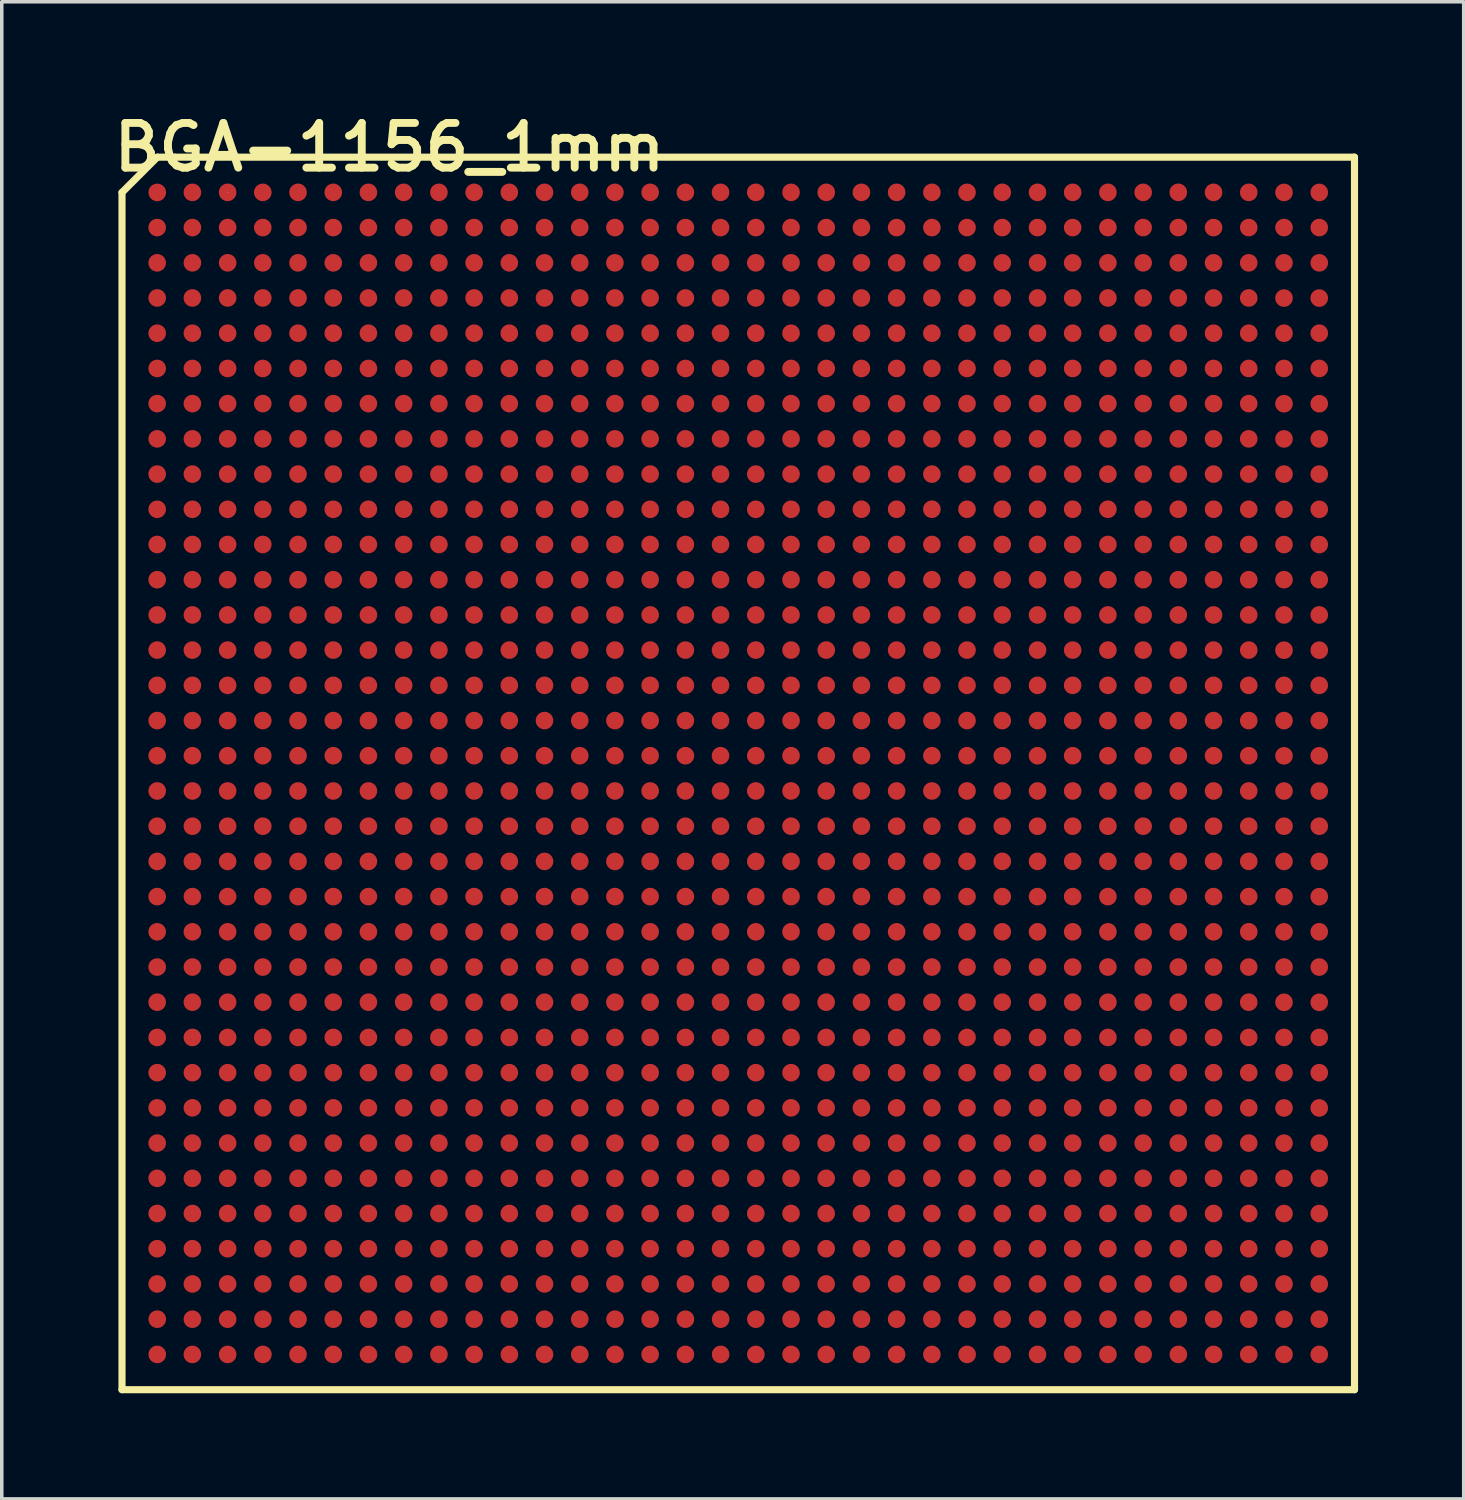
<source format=kicad_pcb>
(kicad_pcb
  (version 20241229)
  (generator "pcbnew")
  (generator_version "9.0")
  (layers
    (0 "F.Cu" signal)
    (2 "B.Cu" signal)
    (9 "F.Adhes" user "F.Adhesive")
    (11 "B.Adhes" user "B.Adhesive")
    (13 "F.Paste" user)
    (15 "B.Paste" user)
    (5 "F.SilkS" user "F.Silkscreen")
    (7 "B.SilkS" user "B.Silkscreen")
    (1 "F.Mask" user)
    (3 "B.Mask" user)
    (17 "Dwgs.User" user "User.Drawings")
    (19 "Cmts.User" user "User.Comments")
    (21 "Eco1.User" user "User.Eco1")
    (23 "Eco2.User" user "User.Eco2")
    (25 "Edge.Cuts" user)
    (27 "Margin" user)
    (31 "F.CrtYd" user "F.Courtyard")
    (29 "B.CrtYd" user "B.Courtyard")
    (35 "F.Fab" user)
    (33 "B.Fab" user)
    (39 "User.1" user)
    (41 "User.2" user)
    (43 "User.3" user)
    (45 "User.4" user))
  (footprint "BGA-1156_1mm"
    (layer "F.Cu")
    (at 17.916 18.915)
    (property "Reference" "BGA-1156_1mm" (at -9.906 -17.78 0) (layer "F.SilkS") (effects (font (size 1.27 1.27) (thickness 0.224))))
    (attr smd)
    (fp_line (start -17.501 -16.5) (end -17.501 17.501) (stroke (width 0.203) (type solid)) (layer "F.SilkS"))
    (fp_line (start -17.501 17.501) (end 17.501 17.501) (stroke (width 0.203) (type solid)) (layer "F.SilkS"))
    (fp_line (start -16.5 -17.501) (end -17.501 -16.5) (stroke (width 0.203) (type solid)) (layer "F.SilkS"))
    (fp_line (start -15.999 -17.501) (end -16.5 -17.501) (stroke (width 0.203) (type solid)) (layer "F.SilkS"))
    (fp_line (start -14.501 -16.502) (end -14.491 -16.502) (stroke (width 0.013) (type solid)) (layer "F.SilkS"))
    (fp_line (start 17.501 -17.501) (end -15.999 -17.501) (stroke (width 0.203) (type solid)) (layer "F.SilkS"))
    (fp_line (start 17.501 17.501) (end 17.501 -17.501) (stroke (width 0.203) (type solid)) (layer "F.SilkS"))
    (pad "A1" smd circle (at -16.5 -16.5) (size 0.5 0.5) (layers "F.Cu" "F.Mask" "F.Paste"))
    (pad "A2" smd circle (at -15.502 -16.502) (size 0.5 0.5) (layers "F.Cu" "F.Mask" "F.Paste"))
    (pad "A3" smd circle (at -14.501 -16.502) (size 0.5 0.5) (layers "F.Cu" "F.Mask" "F.Paste"))
    (pad "A4" smd circle (at -13.503 -16.502) (size 0.5 0.5) (layers "F.Cu" "F.Mask" "F.Paste"))
    (pad "A5" smd circle (at -12.502 -16.502) (size 0.5 0.5) (layers "F.Cu" "F.Mask" "F.Paste"))
    (pad "A6" smd circle (at -11.501 -16.502) (size 0.5 0.5) (layers "F.Cu" "F.Mask" "F.Paste"))
    (pad "A7" smd circle (at -10.503 -16.502) (size 0.5 0.5) (layers "F.Cu" "F.Mask" "F.Paste"))
    (pad "A8" smd circle (at -9.502 -16.502) (size 0.5 0.5) (layers "F.Cu" "F.Mask" "F.Paste"))
    (pad "A9" smd circle (at -8.501 -16.502) (size 0.5 0.5) (layers "F.Cu" "F.Mask" "F.Paste"))
    (pad "A10" smd circle (at -7.501 -16.502) (size 0.5 0.5) (layers "F.Cu" "F.Mask" "F.Paste"))
    (pad "A11" smd circle (at -6.502 -16.502) (size 0.5 0.5) (layers "F.Cu" "F.Mask" "F.Paste"))
    (pad "A12" smd circle (at -5.502 -16.502) (size 0.5 0.5) (layers "F.Cu" "F.Mask" "F.Paste"))
    (pad "A13" smd circle (at -4.501 -16.502) (size 0.5 0.5) (layers "F.Cu" "F.Mask" "F.Paste"))
    (pad "A14" smd circle (at -3.503 -16.502) (size 0.5 0.5) (layers "F.Cu" "F.Mask" "F.Paste"))
    (pad "A15" smd circle (at -2.502 -16.502) (size 0.5 0.5) (layers "F.Cu" "F.Mask" "F.Paste"))
    (pad "A16" smd circle (at -1.501 -16.502) (size 0.5 0.5) (layers "F.Cu" "F.Mask" "F.Paste"))
    (pad "A17" smd circle (at -0.503 -16.502) (size 0.5 0.5) (layers "F.Cu" "F.Mask" "F.Paste"))
    (pad "A18" smd circle (at 0.498 -16.502) (size 0.5 0.5) (layers "F.Cu" "F.Mask" "F.Paste"))
    (pad "A19" smd circle (at 1.499 -16.502) (size 0.5 0.5) (layers "F.Cu" "F.Mask" "F.Paste"))
    (pad "A20" smd circle (at 2.499 -16.502) (size 0.5 0.5) (layers "F.Cu" "F.Mask" "F.Paste"))
    (pad "A21" smd circle (at 3.498 -16.502) (size 0.5 0.5) (layers "F.Cu" "F.Mask" "F.Paste"))
    (pad "A22" smd circle (at 4.498 -16.502) (size 0.5 0.5) (layers "F.Cu" "F.Mask" "F.Paste"))
    (pad "A23" smd circle (at 5.499 -16.502) (size 0.5 0.5) (layers "F.Cu" "F.Mask" "F.Paste"))
    (pad "A24" smd circle (at 6.497 -16.502) (size 0.5 0.5) (layers "F.Cu" "F.Mask" "F.Paste"))
    (pad "A25" smd circle (at 7.498 -16.502) (size 0.5 0.5) (layers "F.Cu" "F.Mask" "F.Paste"))
    (pad "A26" smd circle (at 8.499 -16.502) (size 0.5 0.5) (layers "F.Cu" "F.Mask" "F.Paste"))
    (pad "A27" smd circle (at 9.497 -16.502) (size 0.5 0.5) (layers "F.Cu" "F.Mask" "F.Paste"))
    (pad "A28" smd circle (at 10.498 -16.502) (size 0.5 0.5) (layers "F.Cu" "F.Mask" "F.Paste"))
    (pad "A29" smd circle (at 11.499 -16.502) (size 0.5 0.5) (layers "F.Cu" "F.Mask" "F.Paste"))
    (pad "A30" smd circle (at 12.497 -16.502) (size 0.5 0.5) (layers "F.Cu" "F.Mask" "F.Paste"))
    (pad "A31" smd circle (at 13.498 -16.502) (size 0.5 0.5) (layers "F.Cu" "F.Mask" "F.Paste"))
    (pad "A32" smd circle (at 14.498 -16.502) (size 0.5 0.5) (layers "F.Cu" "F.Mask" "F.Paste"))
    (pad "A33" smd circle (at 15.499 -16.5) (size 0.5 0.5) (layers "F.Cu" "F.Mask" "F.Paste"))
    (pad "A34" smd circle (at 16.5 -16.5) (size 0.5 0.5) (layers "F.Cu" "F.Mask" "F.Paste"))
    (pad "AA1" smd circle (at -16.502 3.498) (size 0.5 0.5) (layers "F.Cu" "F.Mask" "F.Paste"))
    (pad "AA2" smd circle (at -15.502 3.498) (size 0.5 0.5) (layers "F.Cu" "F.Mask" "F.Paste"))
    (pad "AA3" smd circle (at -14.501 3.498) (size 0.5 0.5) (layers "F.Cu" "F.Mask" "F.Paste"))
    (pad "AA4" smd circle (at -13.503 3.498) (size 0.5 0.5) (layers "F.Cu" "F.Mask" "F.Paste"))
    (pad "AA5" smd circle (at -12.502 3.498) (size 0.5 0.5) (layers "F.Cu" "F.Mask" "F.Paste"))
    (pad "AA6" smd circle (at -11.501 3.498) (size 0.5 0.5) (layers "F.Cu" "F.Mask" "F.Paste"))
    (pad "AA7" smd circle (at -10.503 3.498) (size 0.5 0.5) (layers "F.Cu" "F.Mask" "F.Paste"))
    (pad "AA8" smd circle (at -9.502 3.498) (size 0.5 0.5) (layers "F.Cu" "F.Mask" "F.Paste"))
    (pad "AA9" smd circle (at -8.501 3.498) (size 0.5 0.5) (layers "F.Cu" "F.Mask" "F.Paste"))
    (pad "AA10" smd circle (at -7.503 3.498) (size 0.5 0.5) (layers "F.Cu" "F.Mask" "F.Paste"))
    (pad "AA11" smd circle (at -6.502 3.498) (size 0.5 0.5) (layers "F.Cu" "F.Mask" "F.Paste"))
    (pad "AA12" smd circle (at -5.502 3.498) (size 0.5 0.5) (layers "F.Cu" "F.Mask" "F.Paste"))
    (pad "AA13" smd circle (at -4.501 3.498) (size 0.5 0.5) (layers "F.Cu" "F.Mask" "F.Paste"))
    (pad "AA14" smd circle (at -3.503 3.498) (size 0.5 0.5) (layers "F.Cu" "F.Mask" "F.Paste"))
    (pad "AA15" smd circle (at -2.502 3.498) (size 0.5 0.5) (layers "F.Cu" "F.Mask" "F.Paste"))
    (pad "AA16" smd circle (at -1.501 3.498) (size 0.5 0.5) (layers "F.Cu" "F.Mask" "F.Paste"))
    (pad "AA17" smd circle (at -0.503 3.498) (size 0.5 0.5) (layers "F.Cu" "F.Mask" "F.Paste"))
    (pad "AA18" smd circle (at 0.498 3.498) (size 0.5 0.5) (layers "F.Cu" "F.Mask" "F.Paste"))
    (pad "AA19" smd circle (at 1.499 3.498) (size 0.5 0.5) (layers "F.Cu" "F.Mask" "F.Paste"))
    (pad "AA20" smd circle (at 2.497 3.498) (size 0.5 0.5) (layers "F.Cu" "F.Mask" "F.Paste"))
    (pad "AA21" smd circle (at 3.498 3.498) (size 0.5 0.5) (layers "F.Cu" "F.Mask" "F.Paste"))
    (pad "AA22" smd circle (at 4.498 3.498) (size 0.5 0.5) (layers "F.Cu" "F.Mask" "F.Paste"))
    (pad "AA23" smd circle (at 5.499 3.498) (size 0.5 0.5) (layers "F.Cu" "F.Mask" "F.Paste"))
    (pad "AA24" smd circle (at 6.497 3.498) (size 0.5 0.5) (layers "F.Cu" "F.Mask" "F.Paste"))
    (pad "AA25" smd circle (at 7.498 3.498) (size 0.5 0.5) (layers "F.Cu" "F.Mask" "F.Paste"))
    (pad "AA26" smd circle (at 8.499 3.498) (size 0.5 0.5) (layers "F.Cu" "F.Mask" "F.Paste"))
    (pad "AA27" smd circle (at 9.497 3.498) (size 0.5 0.5) (layers "F.Cu" "F.Mask" "F.Paste"))
    (pad "AA28" smd circle (at 10.498 3.498) (size 0.5 0.5) (layers "F.Cu" "F.Mask" "F.Paste"))
    (pad "AA29" smd circle (at 11.499 3.498) (size 0.5 0.5) (layers "F.Cu" "F.Mask" "F.Paste"))
    (pad "AA30" smd circle (at 12.497 3.498) (size 0.5 0.5) (layers "F.Cu" "F.Mask" "F.Paste"))
    (pad "AA31" smd circle (at 13.498 3.498) (size 0.5 0.5) (layers "F.Cu" "F.Mask" "F.Paste"))
    (pad "AA32" smd circle (at 14.498 3.498) (size 0.5 0.5) (layers "F.Cu" "F.Mask" "F.Paste"))
    (pad "AA33" smd circle (at 15.499 3.5) (size 0.5 0.5) (layers "F.Cu" "F.Mask" "F.Paste"))
    (pad "AA34" smd circle (at 16.5 3.5) (size 0.5 0.5) (layers "F.Cu" "F.Mask" "F.Paste"))
    (pad "AB1" smd circle (at -16.502 4.498) (size 0.5 0.5) (layers "F.Cu" "F.Mask" "F.Paste"))
    (pad "AB2" smd circle (at -15.502 4.498) (size 0.5 0.5) (layers "F.Cu" "F.Mask" "F.Paste"))
    (pad "AB3" smd circle (at -14.501 4.498) (size 0.5 0.5) (layers "F.Cu" "F.Mask" "F.Paste"))
    (pad "AB4" smd circle (at -13.503 4.498) (size 0.5 0.5) (layers "F.Cu" "F.Mask" "F.Paste"))
    (pad "AB5" smd circle (at -12.502 4.498) (size 0.5 0.5) (layers "F.Cu" "F.Mask" "F.Paste"))
    (pad "AB6" smd circle (at -11.501 4.498) (size 0.5 0.5) (layers "F.Cu" "F.Mask" "F.Paste"))
    (pad "AB7" smd circle (at -10.503 4.498) (size 0.5 0.5) (layers "F.Cu" "F.Mask" "F.Paste"))
    (pad "AB8" smd circle (at -9.502 4.498) (size 0.5 0.5) (layers "F.Cu" "F.Mask" "F.Paste"))
    (pad "AB9" smd circle (at -8.501 4.498) (size 0.5 0.5) (layers "F.Cu" "F.Mask" "F.Paste"))
    (pad "AB10" smd circle (at -7.503 4.498) (size 0.5 0.5) (layers "F.Cu" "F.Mask" "F.Paste"))
    (pad "AB11" smd circle (at -6.502 4.498) (size 0.5 0.5) (layers "F.Cu" "F.Mask" "F.Paste"))
    (pad "AB12" smd circle (at -5.502 4.498) (size 0.5 0.5) (layers "F.Cu" "F.Mask" "F.Paste"))
    (pad "AB13" smd circle (at -4.501 4.498) (size 0.5 0.5) (layers "F.Cu" "F.Mask" "F.Paste"))
    (pad "AB14" smd circle (at -3.503 4.498) (size 0.5 0.5) (layers "F.Cu" "F.Mask" "F.Paste"))
    (pad "AB15" smd circle (at -2.502 4.498) (size 0.5 0.5) (layers "F.Cu" "F.Mask" "F.Paste"))
    (pad "AB16" smd circle (at -1.501 4.498) (size 0.5 0.5) (layers "F.Cu" "F.Mask" "F.Paste"))
    (pad "AB17" smd circle (at -0.503 4.498) (size 0.5 0.5) (layers "F.Cu" "F.Mask" "F.Paste"))
    (pad "AB18" smd circle (at 0.498 4.498) (size 0.5 0.5) (layers "F.Cu" "F.Mask" "F.Paste"))
    (pad "AB19" smd circle (at 1.499 4.498) (size 0.5 0.5) (layers "F.Cu" "F.Mask" "F.Paste"))
    (pad "AB20" smd circle (at 2.497 4.498) (size 0.5 0.5) (layers "F.Cu" "F.Mask" "F.Paste"))
    (pad "AB21" smd circle (at 3.498 4.498) (size 0.5 0.5) (layers "F.Cu" "F.Mask" "F.Paste"))
    (pad "AB22" smd circle (at 4.498 4.498) (size 0.5 0.5) (layers "F.Cu" "F.Mask" "F.Paste"))
    (pad "AB23" smd circle (at 5.499 4.498) (size 0.5 0.5) (layers "F.Cu" "F.Mask" "F.Paste"))
    (pad "AB24" smd circle (at 6.497 4.498) (size 0.5 0.5) (layers "F.Cu" "F.Mask" "F.Paste"))
    (pad "AB25" smd circle (at 7.498 4.498) (size 0.5 0.5) (layers "F.Cu" "F.Mask" "F.Paste"))
    (pad "AB26" smd circle (at 8.499 4.498) (size 0.5 0.5) (layers "F.Cu" "F.Mask" "F.Paste"))
    (pad "AB27" smd circle (at 9.497 4.498) (size 0.5 0.5) (layers "F.Cu" "F.Mask" "F.Paste"))
    (pad "AB28" smd circle (at 10.498 4.498) (size 0.5 0.5) (layers "F.Cu" "F.Mask" "F.Paste"))
    (pad "AB29" smd circle (at 11.499 4.498) (size 0.5 0.5) (layers "F.Cu" "F.Mask" "F.Paste"))
    (pad "AB30" smd circle (at 12.497 4.498) (size 0.5 0.5) (layers "F.Cu" "F.Mask" "F.Paste"))
    (pad "AB31" smd circle (at 13.498 4.498) (size 0.5 0.5) (layers "F.Cu" "F.Mask" "F.Paste"))
    (pad "AB32" smd circle (at 14.498 4.498) (size 0.5 0.5) (layers "F.Cu" "F.Mask" "F.Paste"))
    (pad "AB33" smd circle (at 15.499 4.498) (size 0.5 0.5) (layers "F.Cu" "F.Mask" "F.Paste"))
    (pad "AB34" smd circle (at 16.5 4.498) (size 0.5 0.5) (layers "F.Cu" "F.Mask" "F.Paste"))
    (pad "AC1" smd circle (at -16.502 5.499) (size 0.5 0.5) (layers "F.Cu" "F.Mask" "F.Paste"))
    (pad "AC2" smd circle (at -15.502 5.499) (size 0.5 0.5) (layers "F.Cu" "F.Mask" "F.Paste"))
    (pad "AC3" smd circle (at -14.501 5.499) (size 0.5 0.5) (layers "F.Cu" "F.Mask" "F.Paste"))
    (pad "AC4" smd circle (at -13.503 5.499) (size 0.5 0.5) (layers "F.Cu" "F.Mask" "F.Paste"))
    (pad "AC5" smd circle (at -12.502 5.499) (size 0.5 0.5) (layers "F.Cu" "F.Mask" "F.Paste"))
    (pad "AC6" smd circle (at -11.501 5.499) (size 0.5 0.5) (layers "F.Cu" "F.Mask" "F.Paste"))
    (pad "AC7" smd circle (at -10.503 5.499) (size 0.5 0.5) (layers "F.Cu" "F.Mask" "F.Paste"))
    (pad "AC8" smd circle (at -9.502 5.499) (size 0.5 0.5) (layers "F.Cu" "F.Mask" "F.Paste"))
    (pad "AC9" smd circle (at -8.501 5.499) (size 0.5 0.5) (layers "F.Cu" "F.Mask" "F.Paste"))
    (pad "AC10" smd circle (at -7.503 5.499) (size 0.5 0.5) (layers "F.Cu" "F.Mask" "F.Paste"))
    (pad "AC11" smd circle (at -6.502 5.499) (size 0.5 0.5) (layers "F.Cu" "F.Mask" "F.Paste"))
    (pad "AC12" smd circle (at -5.502 5.499) (size 0.5 0.5) (layers "F.Cu" "F.Mask" "F.Paste"))
    (pad "AC13" smd circle (at -4.501 5.499) (size 0.5 0.5) (layers "F.Cu" "F.Mask" "F.Paste"))
    (pad "AC14" smd circle (at -3.503 5.499) (size 0.5 0.5) (layers "F.Cu" "F.Mask" "F.Paste"))
    (pad "AC15" smd circle (at -2.502 5.499) (size 0.5 0.5) (layers "F.Cu" "F.Mask" "F.Paste"))
    (pad "AC16" smd circle (at -1.501 5.499) (size 0.5 0.5) (layers "F.Cu" "F.Mask" "F.Paste"))
    (pad "AC17" smd circle (at -0.503 5.499) (size 0.5 0.5) (layers "F.Cu" "F.Mask" "F.Paste"))
    (pad "AC18" smd circle (at 0.498 5.499) (size 0.5 0.5) (layers "F.Cu" "F.Mask" "F.Paste"))
    (pad "AC19" smd circle (at 1.499 5.499) (size 0.5 0.5) (layers "F.Cu" "F.Mask" "F.Paste"))
    (pad "AC20" smd circle (at 2.497 5.499) (size 0.5 0.5) (layers "F.Cu" "F.Mask" "F.Paste"))
    (pad "AC21" smd circle (at 3.498 5.499) (size 0.5 0.5) (layers "F.Cu" "F.Mask" "F.Paste"))
    (pad "AC22" smd circle (at 4.498 5.499) (size 0.5 0.5) (layers "F.Cu" "F.Mask" "F.Paste"))
    (pad "AC23" smd circle (at 5.499 5.499) (size 0.5 0.5) (layers "F.Cu" "F.Mask" "F.Paste"))
    (pad "AC24" smd circle (at 6.497 5.499) (size 0.5 0.5) (layers "F.Cu" "F.Mask" "F.Paste"))
    (pad "AC25" smd circle (at 7.498 5.499) (size 0.5 0.5) (layers "F.Cu" "F.Mask" "F.Paste"))
    (pad "AC26" smd circle (at 8.499 5.499) (size 0.5 0.5) (layers "F.Cu" "F.Mask" "F.Paste"))
    (pad "AC27" smd circle (at 9.497 5.499) (size 0.5 0.5) (layers "F.Cu" "F.Mask" "F.Paste"))
    (pad "AC28" smd circle (at 10.498 5.499) (size 0.5 0.5) (layers "F.Cu" "F.Mask" "F.Paste"))
    (pad "AC29" smd circle (at 11.499 5.499) (size 0.5 0.5) (layers "F.Cu" "F.Mask" "F.Paste"))
    (pad "AC30" smd circle (at 12.497 5.499) (size 0.5 0.5) (layers "F.Cu" "F.Mask" "F.Paste"))
    (pad "AC31" smd circle (at 13.498 5.499) (size 0.5 0.5) (layers "F.Cu" "F.Mask" "F.Paste"))
    (pad "AC32" smd circle (at 14.498 5.499) (size 0.5 0.5) (layers "F.Cu" "F.Mask" "F.Paste"))
    (pad "AC33" smd circle (at 15.499 5.499) (size 0.5 0.5) (layers "F.Cu" "F.Mask" "F.Paste"))
    (pad "AC34" smd circle (at 16.5 5.499) (size 0.5 0.5) (layers "F.Cu" "F.Mask" "F.Paste"))
    (pad "AD1" smd circle (at -16.502 6.497) (size 0.5 0.5) (layers "F.Cu" "F.Mask" "F.Paste"))
    (pad "AD2" smd circle (at -15.502 6.497) (size 0.5 0.5) (layers "F.Cu" "F.Mask" "F.Paste"))
    (pad "AD3" smd circle (at -14.501 6.497) (size 0.5 0.5) (layers "F.Cu" "F.Mask" "F.Paste"))
    (pad "AD4" smd circle (at -13.503 6.497) (size 0.5 0.5) (layers "F.Cu" "F.Mask" "F.Paste"))
    (pad "AD5" smd circle (at -12.502 6.497) (size 0.5 0.5) (layers "F.Cu" "F.Mask" "F.Paste"))
    (pad "AD6" smd circle (at -11.501 6.497) (size 0.5 0.5) (layers "F.Cu" "F.Mask" "F.Paste"))
    (pad "AD7" smd circle (at -10.503 6.497) (size 0.5 0.5) (layers "F.Cu" "F.Mask" "F.Paste"))
    (pad "AD8" smd circle (at -9.502 6.497) (size 0.5 0.5) (layers "F.Cu" "F.Mask" "F.Paste"))
    (pad "AD9" smd circle (at -8.501 6.497) (size 0.5 0.5) (layers "F.Cu" "F.Mask" "F.Paste"))
    (pad "AD10" smd circle (at -7.503 6.497) (size 0.5 0.5) (layers "F.Cu" "F.Mask" "F.Paste"))
    (pad "AD11" smd circle (at -6.502 6.497) (size 0.5 0.5) (layers "F.Cu" "F.Mask" "F.Paste"))
    (pad "AD12" smd circle (at -5.502 6.497) (size 0.5 0.5) (layers "F.Cu" "F.Mask" "F.Paste"))
    (pad "AD13" smd circle (at -4.501 6.497) (size 0.5 0.5) (layers "F.Cu" "F.Mask" "F.Paste"))
    (pad "AD14" smd circle (at -3.503 6.497) (size 0.5 0.5) (layers "F.Cu" "F.Mask" "F.Paste"))
    (pad "AD15" smd circle (at -2.502 6.497) (size 0.5 0.5) (layers "F.Cu" "F.Mask" "F.Paste"))
    (pad "AD16" smd circle (at -1.501 6.497) (size 0.5 0.5) (layers "F.Cu" "F.Mask" "F.Paste"))
    (pad "AD17" smd circle (at -0.503 6.497) (size 0.5 0.5) (layers "F.Cu" "F.Mask" "F.Paste"))
    (pad "AD18" smd circle (at 0.498 6.497) (size 0.5 0.5) (layers "F.Cu" "F.Mask" "F.Paste"))
    (pad "AD19" smd circle (at 1.499 6.497) (size 0.5 0.5) (layers "F.Cu" "F.Mask" "F.Paste"))
    (pad "AD20" smd circle (at 2.497 6.497) (size 0.5 0.5) (layers "F.Cu" "F.Mask" "F.Paste"))
    (pad "AD21" smd circle (at 3.498 6.497) (size 0.5 0.5) (layers "F.Cu" "F.Mask" "F.Paste"))
    (pad "AD22" smd circle (at 4.498 6.497) (size 0.5 0.5) (layers "F.Cu" "F.Mask" "F.Paste"))
    (pad "AD23" smd circle (at 5.499 6.497) (size 0.5 0.5) (layers "F.Cu" "F.Mask" "F.Paste"))
    (pad "AD24" smd circle (at 6.497 6.497) (size 0.5 0.5) (layers "F.Cu" "F.Mask" "F.Paste"))
    (pad "AD25" smd circle (at 7.498 6.497) (size 0.5 0.5) (layers "F.Cu" "F.Mask" "F.Paste"))
    (pad "AD26" smd circle (at 8.499 6.497) (size 0.5 0.5) (layers "F.Cu" "F.Mask" "F.Paste"))
    (pad "AD27" smd circle (at 9.497 6.497) (size 0.5 0.5) (layers "F.Cu" "F.Mask" "F.Paste"))
    (pad "AD28" smd circle (at 10.498 6.497) (size 0.5 0.5) (layers "F.Cu" "F.Mask" "F.Paste"))
    (pad "AD29" smd circle (at 11.499 6.497) (size 0.5 0.5) (layers "F.Cu" "F.Mask" "F.Paste"))
    (pad "AD30" smd circle (at 12.497 6.497) (size 0.5 0.5) (layers "F.Cu" "F.Mask" "F.Paste"))
    (pad "AD31" smd circle (at 13.498 6.497) (size 0.5 0.5) (layers "F.Cu" "F.Mask" "F.Paste"))
    (pad "AD32" smd circle (at 14.498 6.497) (size 0.5 0.5) (layers "F.Cu" "F.Mask" "F.Paste"))
    (pad "AD33" smd circle (at 15.499 6.5) (size 0.5 0.5) (layers "F.Cu" "F.Mask" "F.Paste"))
    (pad "AD34" smd circle (at 16.5 6.5) (size 0.5 0.5) (layers "F.Cu" "F.Mask" "F.Paste"))
    (pad "AE1" smd circle (at -16.502 7.498) (size 0.5 0.5) (layers "F.Cu" "F.Mask" "F.Paste"))
    (pad "AE2" smd circle (at -15.502 7.498) (size 0.5 0.5) (layers "F.Cu" "F.Mask" "F.Paste"))
    (pad "AE3" smd circle (at -14.501 7.498) (size 0.5 0.5) (layers "F.Cu" "F.Mask" "F.Paste"))
    (pad "AE4" smd circle (at -13.503 7.498) (size 0.5 0.5) (layers "F.Cu" "F.Mask" "F.Paste"))
    (pad "AE5" smd circle (at -12.502 7.498) (size 0.5 0.5) (layers "F.Cu" "F.Mask" "F.Paste"))
    (pad "AE6" smd circle (at -11.501 7.498) (size 0.5 0.5) (layers "F.Cu" "F.Mask" "F.Paste"))
    (pad "AE7" smd circle (at -10.503 7.498) (size 0.5 0.5) (layers "F.Cu" "F.Mask" "F.Paste"))
    (pad "AE8" smd circle (at -9.502 7.498) (size 0.5 0.5) (layers "F.Cu" "F.Mask" "F.Paste"))
    (pad "AE9" smd circle (at -8.501 7.498) (size 0.5 0.5) (layers "F.Cu" "F.Mask" "F.Paste"))
    (pad "AE10" smd circle (at -7.503 7.498) (size 0.5 0.5) (layers "F.Cu" "F.Mask" "F.Paste"))
    (pad "AE11" smd circle (at -6.502 7.498) (size 0.5 0.5) (layers "F.Cu" "F.Mask" "F.Paste"))
    (pad "AE12" smd circle (at -5.502 7.498) (size 0.5 0.5) (layers "F.Cu" "F.Mask" "F.Paste"))
    (pad "AE13" smd circle (at -4.501 7.498) (size 0.5 0.5) (layers "F.Cu" "F.Mask" "F.Paste"))
    (pad "AE14" smd circle (at -3.503 7.498) (size 0.5 0.5) (layers "F.Cu" "F.Mask" "F.Paste"))
    (pad "AE15" smd circle (at -2.502 7.498) (size 0.5 0.5) (layers "F.Cu" "F.Mask" "F.Paste"))
    (pad "AE16" smd circle (at -1.501 7.498) (size 0.5 0.5) (layers "F.Cu" "F.Mask" "F.Paste"))
    (pad "AE17" smd circle (at -0.503 7.498) (size 0.5 0.5) (layers "F.Cu" "F.Mask" "F.Paste"))
    (pad "AE18" smd circle (at 0.498 7.498) (size 0.5 0.5) (layers "F.Cu" "F.Mask" "F.Paste"))
    (pad "AE19" smd circle (at 1.499 7.498) (size 0.5 0.5) (layers "F.Cu" "F.Mask" "F.Paste"))
    (pad "AE20" smd circle (at 2.497 7.498) (size 0.5 0.5) (layers "F.Cu" "F.Mask" "F.Paste"))
    (pad "AE21" smd circle (at 3.498 7.498) (size 0.5 0.5) (layers "F.Cu" "F.Mask" "F.Paste"))
    (pad "AE22" smd circle (at 4.498 7.498) (size 0.5 0.5) (layers "F.Cu" "F.Mask" "F.Paste"))
    (pad "AE23" smd circle (at 5.499 7.498) (size 0.5 0.5) (layers "F.Cu" "F.Mask" "F.Paste"))
    (pad "AE24" smd circle (at 6.497 7.498) (size 0.5 0.5) (layers "F.Cu" "F.Mask" "F.Paste"))
    (pad "AE25" smd circle (at 7.498 7.498) (size 0.5 0.5) (layers "F.Cu" "F.Mask" "F.Paste"))
    (pad "AE26" smd circle (at 8.499 7.498) (size 0.5 0.5) (layers "F.Cu" "F.Mask" "F.Paste"))
    (pad "AE27" smd circle (at 9.497 7.498) (size 0.5 0.5) (layers "F.Cu" "F.Mask" "F.Paste"))
    (pad "AE28" smd circle (at 10.498 7.498) (size 0.5 0.5) (layers "F.Cu" "F.Mask" "F.Paste"))
    (pad "AE29" smd circle (at 11.499 7.498) (size 0.5 0.5) (layers "F.Cu" "F.Mask" "F.Paste"))
    (pad "AE30" smd circle (at 12.497 7.498) (size 0.5 0.5) (layers "F.Cu" "F.Mask" "F.Paste"))
    (pad "AE31" smd circle (at 13.498 7.498) (size 0.5 0.5) (layers "F.Cu" "F.Mask" "F.Paste"))
    (pad "AE32" smd circle (at 14.498 7.498) (size 0.5 0.5) (layers "F.Cu" "F.Mask" "F.Paste"))
    (pad "AE33" smd circle (at 15.499 7.498) (size 0.5 0.5) (layers "F.Cu" "F.Mask" "F.Paste"))
    (pad "AE34" smd circle (at 16.5 7.498) (size 0.5 0.5) (layers "F.Cu" "F.Mask" "F.Paste"))
    (pad "AF1" smd circle (at -16.502 8.499) (size 0.5 0.5) (layers "F.Cu" "F.Mask" "F.Paste"))
    (pad "AF2" smd circle (at -15.502 8.499) (size 0.5 0.5) (layers "F.Cu" "F.Mask" "F.Paste"))
    (pad "AF3" smd circle (at -14.501 8.499) (size 0.5 0.5) (layers "F.Cu" "F.Mask" "F.Paste"))
    (pad "AF4" smd circle (at -13.503 8.499) (size 0.5 0.5) (layers "F.Cu" "F.Mask" "F.Paste"))
    (pad "AF5" smd circle (at -12.502 8.499) (size 0.5 0.5) (layers "F.Cu" "F.Mask" "F.Paste"))
    (pad "AF6" smd circle (at -11.501 8.499) (size 0.5 0.5) (layers "F.Cu" "F.Mask" "F.Paste"))
    (pad "AF7" smd circle (at -10.503 8.499) (size 0.5 0.5) (layers "F.Cu" "F.Mask" "F.Paste"))
    (pad "AF8" smd circle (at -9.502 8.499) (size 0.5 0.5) (layers "F.Cu" "F.Mask" "F.Paste"))
    (pad "AF9" smd circle (at -8.501 8.499) (size 0.5 0.5) (layers "F.Cu" "F.Mask" "F.Paste"))
    (pad "AF10" smd circle (at -7.503 8.499) (size 0.5 0.5) (layers "F.Cu" "F.Mask" "F.Paste"))
    (pad "AF11" smd circle (at -6.502 8.499) (size 0.5 0.5) (layers "F.Cu" "F.Mask" "F.Paste"))
    (pad "AF12" smd circle (at -5.502 8.499) (size 0.5 0.5) (layers "F.Cu" "F.Mask" "F.Paste"))
    (pad "AF13" smd circle (at -4.501 8.499) (size 0.5 0.5) (layers "F.Cu" "F.Mask" "F.Paste"))
    (pad "AF14" smd circle (at -3.503 8.499) (size 0.5 0.5) (layers "F.Cu" "F.Mask" "F.Paste"))
    (pad "AF15" smd circle (at -2.502 8.499) (size 0.5 0.5) (layers "F.Cu" "F.Mask" "F.Paste"))
    (pad "AF16" smd circle (at -1.501 8.499) (size 0.5 0.5) (layers "F.Cu" "F.Mask" "F.Paste"))
    (pad "AF17" smd circle (at -0.503 8.499) (size 0.5 0.5) (layers "F.Cu" "F.Mask" "F.Paste"))
    (pad "AF18" smd circle (at 0.498 8.499) (size 0.5 0.5) (layers "F.Cu" "F.Mask" "F.Paste"))
    (pad "AF19" smd circle (at 1.499 8.499) (size 0.5 0.5) (layers "F.Cu" "F.Mask" "F.Paste"))
    (pad "AF20" smd circle (at 2.497 8.499) (size 0.5 0.5) (layers "F.Cu" "F.Mask" "F.Paste"))
    (pad "AF21" smd circle (at 3.498 8.499) (size 0.5 0.5) (layers "F.Cu" "F.Mask" "F.Paste"))
    (pad "AF22" smd circle (at 4.498 8.499) (size 0.5 0.5) (layers "F.Cu" "F.Mask" "F.Paste"))
    (pad "AF23" smd circle (at 5.499 8.499) (size 0.5 0.5) (layers "F.Cu" "F.Mask" "F.Paste"))
    (pad "AF24" smd circle (at 6.497 8.499) (size 0.5 0.5) (layers "F.Cu" "F.Mask" "F.Paste"))
    (pad "AF25" smd circle (at 7.498 8.499) (size 0.5 0.5) (layers "F.Cu" "F.Mask" "F.Paste"))
    (pad "AF26" smd circle (at 8.499 8.499) (size 0.5 0.5) (layers "F.Cu" "F.Mask" "F.Paste"))
    (pad "AF27" smd circle (at 9.497 8.499) (size 0.5 0.5) (layers "F.Cu" "F.Mask" "F.Paste"))
    (pad "AF28" smd circle (at 10.498 8.499) (size 0.5 0.5) (layers "F.Cu" "F.Mask" "F.Paste"))
    (pad "AF29" smd circle (at 11.499 8.499) (size 0.5 0.5) (layers "F.Cu" "F.Mask" "F.Paste"))
    (pad "AF30" smd circle (at 12.497 8.499) (size 0.5 0.5) (layers "F.Cu" "F.Mask" "F.Paste"))
    (pad "AF31" smd circle (at 13.498 8.499) (size 0.5 0.5) (layers "F.Cu" "F.Mask" "F.Paste"))
    (pad "AF32" smd circle (at 14.498 8.499) (size 0.5 0.5) (layers "F.Cu" "F.Mask" "F.Paste"))
    (pad "AF33" smd circle (at 15.499 8.499) (size 0.5 0.5) (layers "F.Cu" "F.Mask" "F.Paste"))
    (pad "AF34" smd circle (at 16.5 8.499) (size 0.5 0.5) (layers "F.Cu" "F.Mask" "F.Paste"))
    (pad "AG1" smd circle (at -16.502 9.497) (size 0.5 0.5) (layers "F.Cu" "F.Mask" "F.Paste"))
    (pad "AG2" smd circle (at -15.502 9.497) (size 0.5 0.5) (layers "F.Cu" "F.Mask" "F.Paste"))
    (pad "AG3" smd circle (at -14.501 9.497) (size 0.5 0.5) (layers "F.Cu" "F.Mask" "F.Paste"))
    (pad "AG4" smd circle (at -13.503 9.497) (size 0.5 0.5) (layers "F.Cu" "F.Mask" "F.Paste"))
    (pad "AG5" smd circle (at -12.502 9.497) (size 0.5 0.5) (layers "F.Cu" "F.Mask" "F.Paste"))
    (pad "AG6" smd circle (at -11.501 9.497) (size 0.5 0.5) (layers "F.Cu" "F.Mask" "F.Paste"))
    (pad "AG7" smd circle (at -10.503 9.497) (size 0.5 0.5) (layers "F.Cu" "F.Mask" "F.Paste"))
    (pad "AG8" smd circle (at -9.502 9.497) (size 0.5 0.5) (layers "F.Cu" "F.Mask" "F.Paste"))
    (pad "AG9" smd circle (at -8.501 9.497) (size 0.5 0.5) (layers "F.Cu" "F.Mask" "F.Paste"))
    (pad "AG10" smd circle (at -7.503 9.497) (size 0.5 0.5) (layers "F.Cu" "F.Mask" "F.Paste"))
    (pad "AG11" smd circle (at -6.502 9.497) (size 0.5 0.5) (layers "F.Cu" "F.Mask" "F.Paste"))
    (pad "AG12" smd circle (at -5.502 9.497) (size 0.5 0.5) (layers "F.Cu" "F.Mask" "F.Paste"))
    (pad "AG13" smd circle (at -4.501 9.497) (size 0.5 0.5) (layers "F.Cu" "F.Mask" "F.Paste"))
    (pad "AG14" smd circle (at -3.503 9.497) (size 0.5 0.5) (layers "F.Cu" "F.Mask" "F.Paste"))
    (pad "AG15" smd circle (at -2.502 9.497) (size 0.5 0.5) (layers "F.Cu" "F.Mask" "F.Paste"))
    (pad "AG16" smd circle (at -1.501 9.497) (size 0.5 0.5) (layers "F.Cu" "F.Mask" "F.Paste"))
    (pad "AG17" smd circle (at -0.503 9.497) (size 0.5 0.5) (layers "F.Cu" "F.Mask" "F.Paste"))
    (pad "AG18" smd circle (at 0.498 9.497) (size 0.5 0.5) (layers "F.Cu" "F.Mask" "F.Paste"))
    (pad "AG19" smd circle (at 1.499 9.497) (size 0.5 0.5) (layers "F.Cu" "F.Mask" "F.Paste"))
    (pad "AG20" smd circle (at 2.497 9.497) (size 0.5 0.5) (layers "F.Cu" "F.Mask" "F.Paste"))
    (pad "AG21" smd circle (at 3.498 9.497) (size 0.5 0.5) (layers "F.Cu" "F.Mask" "F.Paste"))
    (pad "AG22" smd circle (at 4.498 9.497) (size 0.5 0.5) (layers "F.Cu" "F.Mask" "F.Paste"))
    (pad "AG23" smd circle (at 5.499 9.497) (size 0.5 0.5) (layers "F.Cu" "F.Mask" "F.Paste"))
    (pad "AG24" smd circle (at 6.497 9.497) (size 0.5 0.5) (layers "F.Cu" "F.Mask" "F.Paste"))
    (pad "AG25" smd circle (at 7.498 9.497) (size 0.5 0.5) (layers "F.Cu" "F.Mask" "F.Paste"))
    (pad "AG26" smd circle (at 8.499 9.497) (size 0.5 0.5) (layers "F.Cu" "F.Mask" "F.Paste"))
    (pad "AG27" smd circle (at 9.497 9.497) (size 0.5 0.5) (layers "F.Cu" "F.Mask" "F.Paste"))
    (pad "AG28" smd circle (at 10.498 9.497) (size 0.5 0.5) (layers "F.Cu" "F.Mask" "F.Paste"))
    (pad "AG29" smd circle (at 11.499 9.497) (size 0.5 0.5) (layers "F.Cu" "F.Mask" "F.Paste"))
    (pad "AG30" smd circle (at 12.497 9.497) (size 0.5 0.5) (layers "F.Cu" "F.Mask" "F.Paste"))
    (pad "AG31" smd circle (at 13.498 9.497) (size 0.5 0.5) (layers "F.Cu" "F.Mask" "F.Paste"))
    (pad "AG32" smd circle (at 14.498 9.497) (size 0.5 0.5) (layers "F.Cu" "F.Mask" "F.Paste"))
    (pad "AG33" smd circle (at 15.499 9.5) (size 0.5 0.5) (layers "F.Cu" "F.Mask" "F.Paste"))
    (pad "AG34" smd circle (at 16.5 9.5) (size 0.5 0.5) (layers "F.Cu" "F.Mask" "F.Paste"))
    (pad "AH1" smd circle (at -16.502 10.498) (size 0.5 0.5) (layers "F.Cu" "F.Mask" "F.Paste"))
    (pad "AH2" smd circle (at -15.502 10.498) (size 0.5 0.5) (layers "F.Cu" "F.Mask" "F.Paste"))
    (pad "AH3" smd circle (at -14.501 10.498) (size 0.5 0.5) (layers "F.Cu" "F.Mask" "F.Paste"))
    (pad "AH4" smd circle (at -13.503 10.498) (size 0.5 0.5) (layers "F.Cu" "F.Mask" "F.Paste"))
    (pad "AH5" smd circle (at -12.502 10.498) (size 0.5 0.5) (layers "F.Cu" "F.Mask" "F.Paste"))
    (pad "AH6" smd circle (at -11.501 10.498) (size 0.5 0.5) (layers "F.Cu" "F.Mask" "F.Paste"))
    (pad "AH7" smd circle (at -10.503 10.498) (size 0.5 0.5) (layers "F.Cu" "F.Mask" "F.Paste"))
    (pad "AH8" smd circle (at -9.502 10.498) (size 0.5 0.5) (layers "F.Cu" "F.Mask" "F.Paste"))
    (pad "AH9" smd circle (at -8.501 10.498) (size 0.5 0.5) (layers "F.Cu" "F.Mask" "F.Paste"))
    (pad "AH10" smd circle (at -7.503 10.498) (size 0.5 0.5) (layers "F.Cu" "F.Mask" "F.Paste"))
    (pad "AH11" smd circle (at -6.502 10.498) (size 0.5 0.5) (layers "F.Cu" "F.Mask" "F.Paste"))
    (pad "AH12" smd circle (at -5.502 10.498) (size 0.5 0.5) (layers "F.Cu" "F.Mask" "F.Paste"))
    (pad "AH13" smd circle (at -4.501 10.498) (size 0.5 0.5) (layers "F.Cu" "F.Mask" "F.Paste"))
    (pad "AH14" smd circle (at -3.503 10.498) (size 0.5 0.5) (layers "F.Cu" "F.Mask" "F.Paste"))
    (pad "AH15" smd circle (at -2.502 10.498) (size 0.5 0.5) (layers "F.Cu" "F.Mask" "F.Paste"))
    (pad "AH16" smd circle (at -1.501 10.498) (size 0.5 0.5) (layers "F.Cu" "F.Mask" "F.Paste"))
    (pad "AH17" smd circle (at -0.503 10.498) (size 0.5 0.5) (layers "F.Cu" "F.Mask" "F.Paste"))
    (pad "AH18" smd circle (at 0.498 10.498) (size 0.5 0.5) (layers "F.Cu" "F.Mask" "F.Paste"))
    (pad "AH19" smd circle (at 1.499 10.498) (size 0.5 0.5) (layers "F.Cu" "F.Mask" "F.Paste"))
    (pad "AH20" smd circle (at 2.497 10.498) (size 0.5 0.5) (layers "F.Cu" "F.Mask" "F.Paste"))
    (pad "AH21" smd circle (at 3.498 10.498) (size 0.5 0.5) (layers "F.Cu" "F.Mask" "F.Paste"))
    (pad "AH22" smd circle (at 4.498 10.498) (size 0.5 0.5) (layers "F.Cu" "F.Mask" "F.Paste"))
    (pad "AH23" smd circle (at 5.499 10.498) (size 0.5 0.5) (layers "F.Cu" "F.Mask" "F.Paste"))
    (pad "AH24" smd circle (at 6.497 10.498) (size 0.5 0.5) (layers "F.Cu" "F.Mask" "F.Paste"))
    (pad "AH25" smd circle (at 7.498 10.498) (size 0.5 0.5) (layers "F.Cu" "F.Mask" "F.Paste"))
    (pad "AH26" smd circle (at 8.499 10.498) (size 0.5 0.5) (layers "F.Cu" "F.Mask" "F.Paste"))
    (pad "AH27" smd circle (at 9.497 10.498) (size 0.5 0.5) (layers "F.Cu" "F.Mask" "F.Paste"))
    (pad "AH28" smd circle (at 10.498 10.498) (size 0.5 0.5) (layers "F.Cu" "F.Mask" "F.Paste"))
    (pad "AH29" smd circle (at 11.499 10.498) (size 0.5 0.5) (layers "F.Cu" "F.Mask" "F.Paste"))
    (pad "AH30" smd circle (at 12.497 10.498) (size 0.5 0.5) (layers "F.Cu" "F.Mask" "F.Paste"))
    (pad "AH31" smd circle (at 13.498 10.498) (size 0.5 0.5) (layers "F.Cu" "F.Mask" "F.Paste"))
    (pad "AH32" smd circle (at 14.498 10.498) (size 0.5 0.5) (layers "F.Cu" "F.Mask" "F.Paste"))
    (pad "AH33" smd circle (at 15.499 10.5) (size 0.5 0.5) (layers "F.Cu" "F.Mask" "F.Paste"))
    (pad "AH34" smd circle (at 16.5 10.5) (size 0.5 0.5) (layers "F.Cu" "F.Mask" "F.Paste"))
    (pad "AJ1" smd circle (at -16.502 11.499) (size 0.5 0.5) (layers "F.Cu" "F.Mask" "F.Paste"))
    (pad "AJ2" smd circle (at -15.502 11.499) (size 0.5 0.5) (layers "F.Cu" "F.Mask" "F.Paste"))
    (pad "AJ3" smd circle (at -14.501 11.499) (size 0.5 0.5) (layers "F.Cu" "F.Mask" "F.Paste"))
    (pad "AJ4" smd circle (at -13.503 11.499) (size 0.5 0.5) (layers "F.Cu" "F.Mask" "F.Paste"))
    (pad "AJ5" smd circle (at -12.502 11.499) (size 0.5 0.5) (layers "F.Cu" "F.Mask" "F.Paste"))
    (pad "AJ6" smd circle (at -11.501 11.499) (size 0.5 0.5) (layers "F.Cu" "F.Mask" "F.Paste"))
    (pad "AJ7" smd circle (at -10.503 11.499) (size 0.5 0.5) (layers "F.Cu" "F.Mask" "F.Paste"))
    (pad "AJ8" smd circle (at -9.502 11.499) (size 0.5 0.5) (layers "F.Cu" "F.Mask" "F.Paste"))
    (pad "AJ9" smd circle (at -8.501 11.499) (size 0.5 0.5) (layers "F.Cu" "F.Mask" "F.Paste"))
    (pad "AJ10" smd circle (at -7.503 11.499) (size 0.5 0.5) (layers "F.Cu" "F.Mask" "F.Paste"))
    (pad "AJ11" smd circle (at -6.502 11.499) (size 0.5 0.5) (layers "F.Cu" "F.Mask" "F.Paste"))
    (pad "AJ12" smd circle (at -5.502 11.499) (size 0.5 0.5) (layers "F.Cu" "F.Mask" "F.Paste"))
    (pad "AJ13" smd circle (at -4.501 11.499) (size 0.5 0.5) (layers "F.Cu" "F.Mask" "F.Paste"))
    (pad "AJ14" smd circle (at -3.503 11.499) (size 0.5 0.5) (layers "F.Cu" "F.Mask" "F.Paste"))
    (pad "AJ15" smd circle (at -2.502 11.499) (size 0.5 0.5) (layers "F.Cu" "F.Mask" "F.Paste"))
    (pad "AJ16" smd circle (at -1.501 11.499) (size 0.5 0.5) (layers "F.Cu" "F.Mask" "F.Paste"))
    (pad "AJ17" smd circle (at -0.503 11.499) (size 0.5 0.5) (layers "F.Cu" "F.Mask" "F.Paste"))
    (pad "AJ18" smd circle (at 0.498 11.499) (size 0.5 0.5) (layers "F.Cu" "F.Mask" "F.Paste"))
    (pad "AJ19" smd circle (at 1.499 11.499) (size 0.5 0.5) (layers "F.Cu" "F.Mask" "F.Paste"))
    (pad "AJ20" smd circle (at 2.497 11.499) (size 0.5 0.5) (layers "F.Cu" "F.Mask" "F.Paste"))
    (pad "AJ21" smd circle (at 3.498 11.499) (size 0.5 0.5) (layers "F.Cu" "F.Mask" "F.Paste"))
    (pad "AJ22" smd circle (at 4.498 11.499) (size 0.5 0.5) (layers "F.Cu" "F.Mask" "F.Paste"))
    (pad "AJ23" smd circle (at 5.499 11.499) (size 0.5 0.5) (layers "F.Cu" "F.Mask" "F.Paste"))
    (pad "AJ24" smd circle (at 6.497 11.499) (size 0.5 0.5) (layers "F.Cu" "F.Mask" "F.Paste"))
    (pad "AJ25" smd circle (at 7.498 11.499) (size 0.5 0.5) (layers "F.Cu" "F.Mask" "F.Paste"))
    (pad "AJ26" smd circle (at 8.499 11.499) (size 0.5 0.5) (layers "F.Cu" "F.Mask" "F.Paste"))
    (pad "AJ27" smd circle (at 9.497 11.499) (size 0.5 0.5) (layers "F.Cu" "F.Mask" "F.Paste"))
    (pad "AJ28" smd circle (at 10.498 11.499) (size 0.5 0.5) (layers "F.Cu" "F.Mask" "F.Paste"))
    (pad "AJ29" smd circle (at 11.499 11.499) (size 0.5 0.5) (layers "F.Cu" "F.Mask" "F.Paste"))
    (pad "AJ30" smd circle (at 12.497 11.499) (size 0.5 0.5) (layers "F.Cu" "F.Mask" "F.Paste"))
    (pad "AJ31" smd circle (at 13.498 11.499) (size 0.5 0.5) (layers "F.Cu" "F.Mask" "F.Paste"))
    (pad "AJ32" smd circle (at 14.498 11.499) (size 0.5 0.5) (layers "F.Cu" "F.Mask" "F.Paste"))
    (pad "AJ33" smd circle (at 15.499 11.499) (size 0.5 0.5) (layers "F.Cu" "F.Mask" "F.Paste"))
    (pad "AJ34" smd circle (at 16.5 11.499) (size 0.5 0.5) (layers "F.Cu" "F.Mask" "F.Paste"))
    (pad "AK1" smd circle (at -16.502 12.497) (size 0.5 0.5) (layers "F.Cu" "F.Mask" "F.Paste"))
    (pad "AK2" smd circle (at -15.502 12.497) (size 0.5 0.5) (layers "F.Cu" "F.Mask" "F.Paste"))
    (pad "AK3" smd circle (at -14.501 12.497) (size 0.5 0.5) (layers "F.Cu" "F.Mask" "F.Paste"))
    (pad "AK4" smd circle (at -13.503 12.497) (size 0.5 0.5) (layers "F.Cu" "F.Mask" "F.Paste"))
    (pad "AK5" smd circle (at -12.502 12.497) (size 0.5 0.5) (layers "F.Cu" "F.Mask" "F.Paste"))
    (pad "AK6" smd circle (at -11.501 12.497) (size 0.5 0.5) (layers "F.Cu" "F.Mask" "F.Paste"))
    (pad "AK7" smd circle (at -10.503 12.497) (size 0.5 0.5) (layers "F.Cu" "F.Mask" "F.Paste"))
    (pad "AK8" smd circle (at -9.502 12.497) (size 0.5 0.5) (layers "F.Cu" "F.Mask" "F.Paste"))
    (pad "AK9" smd circle (at -8.501 12.497) (size 0.5 0.5) (layers "F.Cu" "F.Mask" "F.Paste"))
    (pad "AK10" smd circle (at -7.503 12.497) (size 0.5 0.5) (layers "F.Cu" "F.Mask" "F.Paste"))
    (pad "AK11" smd circle (at -6.502 12.497) (size 0.5 0.5) (layers "F.Cu" "F.Mask" "F.Paste"))
    (pad "AK12" smd circle (at -5.502 12.497) (size 0.5 0.5) (layers "F.Cu" "F.Mask" "F.Paste"))
    (pad "AK13" smd circle (at -4.501 12.497) (size 0.5 0.5) (layers "F.Cu" "F.Mask" "F.Paste"))
    (pad "AK14" smd circle (at -3.503 12.497) (size 0.5 0.5) (layers "F.Cu" "F.Mask" "F.Paste"))
    (pad "AK15" smd circle (at -2.502 12.497) (size 0.5 0.5) (layers "F.Cu" "F.Mask" "F.Paste"))
    (pad "AK16" smd circle (at -1.501 12.497) (size 0.5 0.5) (layers "F.Cu" "F.Mask" "F.Paste"))
    (pad "AK17" smd circle (at -0.503 12.497) (size 0.5 0.5) (layers "F.Cu" "F.Mask" "F.Paste"))
    (pad "AK18" smd circle (at 0.498 12.497) (size 0.5 0.5) (layers "F.Cu" "F.Mask" "F.Paste"))
    (pad "AK19" smd circle (at 1.499 12.497) (size 0.5 0.5) (layers "F.Cu" "F.Mask" "F.Paste"))
    (pad "AK20" smd circle (at 2.497 12.497) (size 0.5 0.5) (layers "F.Cu" "F.Mask" "F.Paste"))
    (pad "AK21" smd circle (at 3.498 12.497) (size 0.5 0.5) (layers "F.Cu" "F.Mask" "F.Paste"))
    (pad "AK22" smd circle (at 4.498 12.497) (size 0.5 0.5) (layers "F.Cu" "F.Mask" "F.Paste"))
    (pad "AK23" smd circle (at 5.499 12.497) (size 0.5 0.5) (layers "F.Cu" "F.Mask" "F.Paste"))
    (pad "AK24" smd circle (at 6.497 12.497) (size 0.5 0.5) (layers "F.Cu" "F.Mask" "F.Paste"))
    (pad "AK25" smd circle (at 7.498 12.497) (size 0.5 0.5) (layers "F.Cu" "F.Mask" "F.Paste"))
    (pad "AK26" smd circle (at 8.499 12.497) (size 0.5 0.5) (layers "F.Cu" "F.Mask" "F.Paste"))
    (pad "AK27" smd circle (at 9.497 12.497) (size 0.5 0.5) (layers "F.Cu" "F.Mask" "F.Paste"))
    (pad "AK28" smd circle (at 10.498 12.497) (size 0.5 0.5) (layers "F.Cu" "F.Mask" "F.Paste"))
    (pad "AK29" smd circle (at 11.499 12.497) (size 0.5 0.5) (layers "F.Cu" "F.Mask" "F.Paste"))
    (pad "AK30" smd circle (at 12.497 12.497) (size 0.5 0.5) (layers "F.Cu" "F.Mask" "F.Paste"))
    (pad "AK31" smd circle (at 13.498 12.497) (size 0.5 0.5) (layers "F.Cu" "F.Mask" "F.Paste"))
    (pad "AK32" smd circle (at 14.498 12.497) (size 0.5 0.5) (layers "F.Cu" "F.Mask" "F.Paste"))
    (pad "AK33" smd circle (at 15.499 12.499) (size 0.5 0.5) (layers "F.Cu" "F.Mask" "F.Paste"))
    (pad "AK34" smd circle (at 16.5 12.499) (size 0.5 0.5) (layers "F.Cu" "F.Mask" "F.Paste"))
    (pad "AL1" smd circle (at -16.502 13.498) (size 0.5 0.5) (layers "F.Cu" "F.Mask" "F.Paste"))
    (pad "AL2" smd circle (at -15.502 13.498) (size 0.5 0.5) (layers "F.Cu" "F.Mask" "F.Paste"))
    (pad "AL3" smd circle (at -14.501 13.498) (size 0.5 0.5) (layers "F.Cu" "F.Mask" "F.Paste"))
    (pad "AL4" smd circle (at -13.503 13.498) (size 0.5 0.5) (layers "F.Cu" "F.Mask" "F.Paste"))
    (pad "AL5" smd circle (at -12.502 13.498) (size 0.5 0.5) (layers "F.Cu" "F.Mask" "F.Paste"))
    (pad "AL6" smd circle (at -11.501 13.498) (size 0.5 0.5) (layers "F.Cu" "F.Mask" "F.Paste"))
    (pad "AL7" smd circle (at -10.503 13.498) (size 0.5 0.5) (layers "F.Cu" "F.Mask" "F.Paste"))
    (pad "AL8" smd circle (at -9.502 13.498) (size 0.5 0.5) (layers "F.Cu" "F.Mask" "F.Paste"))
    (pad "AL9" smd circle (at -8.501 13.498) (size 0.5 0.5) (layers "F.Cu" "F.Mask" "F.Paste"))
    (pad "AL10" smd circle (at -7.503 13.498) (size 0.5 0.5) (layers "F.Cu" "F.Mask" "F.Paste"))
    (pad "AL11" smd circle (at -6.502 13.498) (size 0.5 0.5) (layers "F.Cu" "F.Mask" "F.Paste"))
    (pad "AL12" smd circle (at -5.502 13.498) (size 0.5 0.5) (layers "F.Cu" "F.Mask" "F.Paste"))
    (pad "AL13" smd circle (at -4.501 13.498) (size 0.5 0.5) (layers "F.Cu" "F.Mask" "F.Paste"))
    (pad "AL14" smd circle (at -3.503 13.498) (size 0.5 0.5) (layers "F.Cu" "F.Mask" "F.Paste"))
    (pad "AL15" smd circle (at -2.502 13.498) (size 0.5 0.5) (layers "F.Cu" "F.Mask" "F.Paste"))
    (pad "AL16" smd circle (at -1.501 13.498) (size 0.5 0.5) (layers "F.Cu" "F.Mask" "F.Paste"))
    (pad "AL17" smd circle (at -0.503 13.498) (size 0.5 0.5) (layers "F.Cu" "F.Mask" "F.Paste"))
    (pad "AL18" smd circle (at 0.498 13.498) (size 0.5 0.5) (layers "F.Cu" "F.Mask" "F.Paste"))
    (pad "AL19" smd circle (at 1.499 13.498) (size 0.5 0.5) (layers "F.Cu" "F.Mask" "F.Paste"))
    (pad "AL20" smd circle (at 2.497 13.498) (size 0.5 0.5) (layers "F.Cu" "F.Mask" "F.Paste"))
    (pad "AL21" smd circle (at 3.498 13.498) (size 0.5 0.5) (layers "F.Cu" "F.Mask" "F.Paste"))
    (pad "AL22" smd circle (at 4.498 13.498) (size 0.5 0.5) (layers "F.Cu" "F.Mask" "F.Paste"))
    (pad "AL23" smd circle (at 5.499 13.498) (size 0.5 0.5) (layers "F.Cu" "F.Mask" "F.Paste"))
    (pad "AL24" smd circle (at 6.497 13.498) (size 0.5 0.5) (layers "F.Cu" "F.Mask" "F.Paste"))
    (pad "AL25" smd circle (at 7.498 13.498) (size 0.5 0.5) (layers "F.Cu" "F.Mask" "F.Paste"))
    (pad "AL26" smd circle (at 8.499 13.498) (size 0.5 0.5) (layers "F.Cu" "F.Mask" "F.Paste"))
    (pad "AL27" smd circle (at 9.497 13.498) (size 0.5 0.5) (layers "F.Cu" "F.Mask" "F.Paste"))
    (pad "AL28" smd circle (at 10.498 13.498) (size 0.5 0.5) (layers "F.Cu" "F.Mask" "F.Paste"))
    (pad "AL29" smd circle (at 11.499 13.498) (size 0.5 0.5) (layers "F.Cu" "F.Mask" "F.Paste"))
    (pad "AL30" smd circle (at 12.497 13.498) (size 0.5 0.5) (layers "F.Cu" "F.Mask" "F.Paste"))
    (pad "AL31" smd circle (at 13.498 13.498) (size 0.5 0.5) (layers "F.Cu" "F.Mask" "F.Paste"))
    (pad "AL32" smd circle (at 14.498 13.498) (size 0.5 0.5) (layers "F.Cu" "F.Mask" "F.Paste"))
    (pad "AL33" smd circle (at 15.499 13.5) (size 0.5 0.5) (layers "F.Cu" "F.Mask" "F.Paste"))
    (pad "AL34" smd circle (at 16.5 13.5) (size 0.5 0.5) (layers "F.Cu" "F.Mask" "F.Paste"))
    (pad "AM1" smd circle (at -16.502 14.498) (size 0.5 0.5) (layers "F.Cu" "F.Mask" "F.Paste"))
    (pad "AM2" smd circle (at -15.502 14.498) (size 0.5 0.5) (layers "F.Cu" "F.Mask" "F.Paste"))
    (pad "AM3" smd circle (at -14.501 14.498) (size 0.5 0.5) (layers "F.Cu" "F.Mask" "F.Paste"))
    (pad "AM4" smd circle (at -13.503 14.498) (size 0.5 0.5) (layers "F.Cu" "F.Mask" "F.Paste"))
    (pad "AM5" smd circle (at -12.502 14.498) (size 0.5 0.5) (layers "F.Cu" "F.Mask" "F.Paste"))
    (pad "AM6" smd circle (at -11.501 14.498) (size 0.5 0.5) (layers "F.Cu" "F.Mask" "F.Paste"))
    (pad "AM7" smd circle (at -10.503 14.498) (size 0.5 0.5) (layers "F.Cu" "F.Mask" "F.Paste"))
    (pad "AM8" smd circle (at -9.502 14.498) (size 0.5 0.5) (layers "F.Cu" "F.Mask" "F.Paste"))
    (pad "AM9" smd circle (at -8.501 14.498) (size 0.5 0.5) (layers "F.Cu" "F.Mask" "F.Paste"))
    (pad "AM10" smd circle (at -7.503 14.498) (size 0.5 0.5) (layers "F.Cu" "F.Mask" "F.Paste"))
    (pad "AM11" smd circle (at -6.502 14.498) (size 0.5 0.5) (layers "F.Cu" "F.Mask" "F.Paste"))
    (pad "AM12" smd circle (at -5.502 14.498) (size 0.5 0.5) (layers "F.Cu" "F.Mask" "F.Paste"))
    (pad "AM13" smd circle (at -4.501 14.498) (size 0.5 0.5) (layers "F.Cu" "F.Mask" "F.Paste"))
    (pad "AM14" smd circle (at -3.503 14.498) (size 0.5 0.5) (layers "F.Cu" "F.Mask" "F.Paste"))
    (pad "AM15" smd circle (at -2.502 14.498) (size 0.5 0.5) (layers "F.Cu" "F.Mask" "F.Paste"))
    (pad "AM16" smd circle (at -1.501 14.498) (size 0.5 0.5) (layers "F.Cu" "F.Mask" "F.Paste"))
    (pad "AM17" smd circle (at -0.503 14.498) (size 0.5 0.5) (layers "F.Cu" "F.Mask" "F.Paste"))
    (pad "AM18" smd circle (at 0.498 14.498) (size 0.5 0.5) (layers "F.Cu" "F.Mask" "F.Paste"))
    (pad "AM19" smd circle (at 1.499 14.498) (size 0.5 0.5) (layers "F.Cu" "F.Mask" "F.Paste"))
    (pad "AM20" smd circle (at 2.497 14.498) (size 0.5 0.5) (layers "F.Cu" "F.Mask" "F.Paste"))
    (pad "AM21" smd circle (at 3.498 14.498) (size 0.5 0.5) (layers "F.Cu" "F.Mask" "F.Paste"))
    (pad "AM22" smd circle (at 4.498 14.498) (size 0.5 0.5) (layers "F.Cu" "F.Mask" "F.Paste"))
    (pad "AM23" smd circle (at 5.499 14.498) (size 0.5 0.5) (layers "F.Cu" "F.Mask" "F.Paste"))
    (pad "AM24" smd circle (at 6.497 14.498) (size 0.5 0.5) (layers "F.Cu" "F.Mask" "F.Paste"))
    (pad "AM25" smd circle (at 7.498 14.498) (size 0.5 0.5) (layers "F.Cu" "F.Mask" "F.Paste"))
    (pad "AM26" smd circle (at 8.499 14.498) (size 0.5 0.5) (layers "F.Cu" "F.Mask" "F.Paste"))
    (pad "AM27" smd circle (at 9.497 14.498) (size 0.5 0.5) (layers "F.Cu" "F.Mask" "F.Paste"))
    (pad "AM28" smd circle (at 10.498 14.498) (size 0.5 0.5) (layers "F.Cu" "F.Mask" "F.Paste"))
    (pad "AM29" smd circle (at 11.499 14.498) (size 0.5 0.5) (layers "F.Cu" "F.Mask" "F.Paste"))
    (pad "AM30" smd circle (at 12.497 14.498) (size 0.5 0.5) (layers "F.Cu" "F.Mask" "F.Paste"))
    (pad "AM31" smd circle (at 13.498 14.498) (size 0.5 0.5) (layers "F.Cu" "F.Mask" "F.Paste"))
    (pad "AM32" smd circle (at 14.498 14.498) (size 0.5 0.5) (layers "F.Cu" "F.Mask" "F.Paste"))
    (pad "AM33" smd circle (at 15.499 14.498) (size 0.5 0.5) (layers "F.Cu" "F.Mask" "F.Paste"))
    (pad "AM34" smd circle (at 16.5 14.498) (size 0.5 0.5) (layers "F.Cu" "F.Mask" "F.Paste"))
    (pad "AN1" smd circle (at -16.5 15.499) (size 0.5 0.5) (layers "F.Cu" "F.Mask" "F.Paste"))
    (pad "AN2" smd circle (at -15.502 15.499) (size 0.5 0.5) (layers "F.Cu" "F.Mask" "F.Paste"))
    (pad "AN3" smd circle (at -14.501 15.499) (size 0.5 0.5) (layers "F.Cu" "F.Mask" "F.Paste"))
    (pad "AN4" smd circle (at -13.5 15.499) (size 0.5 0.5) (layers "F.Cu" "F.Mask" "F.Paste"))
    (pad "AN5" smd circle (at -12.502 15.499) (size 0.5 0.5) (layers "F.Cu" "F.Mask" "F.Paste"))
    (pad "AN6" smd circle (at -11.501 15.499) (size 0.5 0.5) (layers "F.Cu" "F.Mask" "F.Paste"))
    (pad "AN7" smd circle (at -10.5 15.499) (size 0.5 0.5) (layers "F.Cu" "F.Mask" "F.Paste"))
    (pad "AN8" smd circle (at -9.5 15.499) (size 0.5 0.5) (layers "F.Cu" "F.Mask" "F.Paste"))
    (pad "AN9" smd circle (at -8.501 15.499) (size 0.5 0.5) (layers "F.Cu" "F.Mask" "F.Paste"))
    (pad "AN10" smd circle (at -7.501 15.499) (size 0.5 0.5) (layers "F.Cu" "F.Mask" "F.Paste"))
    (pad "AN11" smd circle (at -6.5 15.499) (size 0.5 0.5) (layers "F.Cu" "F.Mask" "F.Paste"))
    (pad "AN12" smd circle (at -5.502 15.499) (size 0.5 0.5) (layers "F.Cu" "F.Mask" "F.Paste"))
    (pad "AN13" smd circle (at -4.501 15.499) (size 0.5 0.5) (layers "F.Cu" "F.Mask" "F.Paste"))
    (pad "AN14" smd circle (at -3.5 15.499) (size 0.5 0.5) (layers "F.Cu" "F.Mask" "F.Paste"))
    (pad "AN15" smd circle (at -2.502 15.499) (size 0.5 0.5) (layers "F.Cu" "F.Mask" "F.Paste"))
    (pad "AN16" smd circle (at -1.501 15.499) (size 0.5 0.5) (layers "F.Cu" "F.Mask" "F.Paste"))
    (pad "AN17" smd circle (at -0.5 15.499) (size 0.5 0.5) (layers "F.Cu" "F.Mask" "F.Paste"))
    (pad "AN18" smd circle (at 0.5 15.499) (size 0.5 0.5) (layers "F.Cu" "F.Mask" "F.Paste"))
    (pad "AN19" smd circle (at 1.499 15.499) (size 0.5 0.5) (layers "F.Cu" "F.Mask" "F.Paste"))
    (pad "AN20" smd circle (at 2.499 15.499) (size 0.5 0.5) (layers "F.Cu" "F.Mask" "F.Paste"))
    (pad "AN21" smd circle (at 3.5 15.499) (size 0.5 0.5) (layers "F.Cu" "F.Mask" "F.Paste"))
    (pad "AN22" smd circle (at 4.498 15.499) (size 0.5 0.5) (layers "F.Cu" "F.Mask" "F.Paste"))
    (pad "AN23" smd circle (at 5.499 15.499) (size 0.5 0.5) (layers "F.Cu" "F.Mask" "F.Paste"))
    (pad "AN24" smd circle (at 6.5 15.499) (size 0.5 0.5) (layers "F.Cu" "F.Mask" "F.Paste"))
    (pad "AN25" smd circle (at 7.498 15.499) (size 0.5 0.5) (layers "F.Cu" "F.Mask" "F.Paste"))
    (pad "AN26" smd circle (at 8.499 15.499) (size 0.5 0.5) (layers "F.Cu" "F.Mask" "F.Paste"))
    (pad "AN27" smd circle (at 9.5 15.499) (size 0.5 0.5) (layers "F.Cu" "F.Mask" "F.Paste"))
    (pad "AN28" smd circle (at 10.5 15.499) (size 0.5 0.5) (layers "F.Cu" "F.Mask" "F.Paste"))
    (pad "AN29" smd circle (at 11.499 15.499) (size 0.5 0.5) (layers "F.Cu" "F.Mask" "F.Paste"))
    (pad "AN30" smd circle (at 12.499 15.499) (size 0.5 0.5) (layers "F.Cu" "F.Mask" "F.Paste"))
    (pad "AN31" smd circle (at 13.5 15.499) (size 0.5 0.5) (layers "F.Cu" "F.Mask" "F.Paste"))
    (pad "AN32" smd circle (at 14.498 15.499) (size 0.5 0.5) (layers "F.Cu" "F.Mask" "F.Paste"))
    (pad "AN33" smd circle (at 15.499 15.499) (size 0.5 0.5) (layers "F.Cu" "F.Mask" "F.Paste"))
    (pad "AN34" smd circle (at 16.5 15.499) (size 0.5 0.5) (layers "F.Cu" "F.Mask" "F.Paste"))
    (pad "AP1" smd circle (at -16.5 16.5) (size 0.5 0.5) (layers "F.Cu" "F.Mask" "F.Paste"))
    (pad "AP2" smd circle (at -15.502 16.5) (size 0.5 0.5) (layers "F.Cu" "F.Mask" "F.Paste"))
    (pad "AP3" smd circle (at -14.501 16.5) (size 0.5 0.5) (layers "F.Cu" "F.Mask" "F.Paste"))
    (pad "AP4" smd circle (at -13.5 16.5) (size 0.5 0.5) (layers "F.Cu" "F.Mask" "F.Paste"))
    (pad "AP5" smd circle (at -12.502 16.5) (size 0.5 0.5) (layers "F.Cu" "F.Mask" "F.Paste"))
    (pad "AP6" smd circle (at -11.501 16.5) (size 0.5 0.5) (layers "F.Cu" "F.Mask" "F.Paste"))
    (pad "AP7" smd circle (at -10.5 16.5) (size 0.5 0.5) (layers "F.Cu" "F.Mask" "F.Paste"))
    (pad "AP8" smd circle (at -9.5 16.5) (size 0.5 0.5) (layers "F.Cu" "F.Mask" "F.Paste"))
    (pad "AP9" smd circle (at -8.501 16.5) (size 0.5 0.5) (layers "F.Cu" "F.Mask" "F.Paste"))
    (pad "AP10" smd circle (at -7.501 16.5) (size 0.5 0.5) (layers "F.Cu" "F.Mask" "F.Paste"))
    (pad "AP11" smd circle (at -6.5 16.5) (size 0.5 0.5) (layers "F.Cu" "F.Mask" "F.Paste"))
    (pad "AP12" smd circle (at -5.502 16.5) (size 0.5 0.5) (layers "F.Cu" "F.Mask" "F.Paste"))
    (pad "AP13" smd circle (at -4.501 16.5) (size 0.5 0.5) (layers "F.Cu" "F.Mask" "F.Paste"))
    (pad "AP14" smd circle (at -3.5 16.5) (size 0.5 0.5) (layers "F.Cu" "F.Mask" "F.Paste"))
    (pad "AP15" smd circle (at -2.502 16.5) (size 0.5 0.5) (layers "F.Cu" "F.Mask" "F.Paste"))
    (pad "AP16" smd circle (at -1.501 16.5) (size 0.5 0.5) (layers "F.Cu" "F.Mask" "F.Paste"))
    (pad "AP17" smd circle (at -0.5 16.5) (size 0.5 0.5) (layers "F.Cu" "F.Mask" "F.Paste"))
    (pad "AP18" smd circle (at 0.5 16.5) (size 0.5 0.5) (layers "F.Cu" "F.Mask" "F.Paste"))
    (pad "AP19" smd circle (at 1.499 16.5) (size 0.5 0.5) (layers "F.Cu" "F.Mask" "F.Paste"))
    (pad "AP20" smd circle (at 2.499 16.5) (size 0.5 0.5) (layers "F.Cu" "F.Mask" "F.Paste"))
    (pad "AP21" smd circle (at 3.5 16.5) (size 0.5 0.5) (layers "F.Cu" "F.Mask" "F.Paste"))
    (pad "AP22" smd circle (at 4.498 16.5) (size 0.5 0.5) (layers "F.Cu" "F.Mask" "F.Paste"))
    (pad "AP23" smd circle (at 5.499 16.5) (size 0.5 0.5) (layers "F.Cu" "F.Mask" "F.Paste"))
    (pad "AP24" smd circle (at 6.5 16.5) (size 0.5 0.5) (layers "F.Cu" "F.Mask" "F.Paste"))
    (pad "AP25" smd circle (at 7.498 16.5) (size 0.5 0.5) (layers "F.Cu" "F.Mask" "F.Paste"))
    (pad "AP26" smd circle (at 8.499 16.5) (size 0.5 0.5) (layers "F.Cu" "F.Mask" "F.Paste"))
    (pad "AP27" smd circle (at 9.5 16.5) (size 0.5 0.5) (layers "F.Cu" "F.Mask" "F.Paste"))
    (pad "AP28" smd circle (at 10.5 16.5) (size 0.5 0.5) (layers "F.Cu" "F.Mask" "F.Paste"))
    (pad "AP29" smd circle (at 11.499 16.5) (size 0.5 0.5) (layers "F.Cu" "F.Mask" "F.Paste"))
    (pad "AP30" smd circle (at 12.499 16.5) (size 0.5 0.5) (layers "F.Cu" "F.Mask" "F.Paste"))
    (pad "AP31" smd circle (at 13.5 16.5) (size 0.5 0.5) (layers "F.Cu" "F.Mask" "F.Paste"))
    (pad "AP32" smd circle (at 14.498 16.5) (size 0.5 0.5) (layers "F.Cu" "F.Mask" "F.Paste"))
    (pad "AP33" smd circle (at 15.499 16.5) (size 0.5 0.5) (layers "F.Cu" "F.Mask" "F.Paste"))
    (pad "AP34" smd circle (at 16.5 16.5) (size 0.5 0.5) (layers "F.Cu" "F.Mask" "F.Paste"))
    (pad "B1" smd circle (at -16.502 -15.502) (size 0.5 0.5) (layers "F.Cu" "F.Mask" "F.Paste"))
    (pad "B2" smd circle (at -15.502 -15.502) (size 0.5 0.5) (layers "F.Cu" "F.Mask" "F.Paste"))
    (pad "B3" smd circle (at -14.501 -15.502) (size 0.5 0.5) (layers "F.Cu" "F.Mask" "F.Paste"))
    (pad "B4" smd circle (at -13.503 -15.502) (size 0.5 0.5) (layers "F.Cu" "F.Mask" "F.Paste"))
    (pad "B5" smd circle (at -12.502 -15.502) (size 0.5 0.5) (layers "F.Cu" "F.Mask" "F.Paste"))
    (pad "B6" smd circle (at -11.501 -15.502) (size 0.5 0.5) (layers "F.Cu" "F.Mask" "F.Paste"))
    (pad "B7" smd circle (at -10.503 -15.502) (size 0.5 0.5) (layers "F.Cu" "F.Mask" "F.Paste"))
    (pad "B8" smd circle (at -9.502 -15.502) (size 0.5 0.5) (layers "F.Cu" "F.Mask" "F.Paste"))
    (pad "B9" smd circle (at -8.501 -15.502) (size 0.5 0.5) (layers "F.Cu" "F.Mask" "F.Paste"))
    (pad "B10" smd circle (at -7.501 -15.502) (size 0.5 0.5) (layers "F.Cu" "F.Mask" "F.Paste"))
    (pad "B11" smd circle (at -6.502 -15.502) (size 0.5 0.5) (layers "F.Cu" "F.Mask" "F.Paste"))
    (pad "B12" smd circle (at -5.502 -15.502) (size 0.5 0.5) (layers "F.Cu" "F.Mask" "F.Paste"))
    (pad "B13" smd circle (at -4.501 -15.502) (size 0.5 0.5) (layers "F.Cu" "F.Mask" "F.Paste"))
    (pad "B14" smd circle (at -3.503 -15.502) (size 0.5 0.5) (layers "F.Cu" "F.Mask" "F.Paste"))
    (pad "B15" smd circle (at -2.502 -15.502) (size 0.5 0.5) (layers "F.Cu" "F.Mask" "F.Paste"))
    (pad "B16" smd circle (at -1.501 -15.502) (size 0.5 0.5) (layers "F.Cu" "F.Mask" "F.Paste"))
    (pad "B17" smd circle (at -0.503 -15.502) (size 0.5 0.5) (layers "F.Cu" "F.Mask" "F.Paste"))
    (pad "B18" smd circle (at 0.498 -15.502) (size 0.5 0.5) (layers "F.Cu" "F.Mask" "F.Paste"))
    (pad "B19" smd circle (at 1.499 -15.502) (size 0.5 0.5) (layers "F.Cu" "F.Mask" "F.Paste"))
    (pad "B20" smd circle (at 2.499 -15.502) (size 0.5 0.5) (layers "F.Cu" "F.Mask" "F.Paste"))
    (pad "B21" smd circle (at 3.498 -15.502) (size 0.5 0.5) (layers "F.Cu" "F.Mask" "F.Paste"))
    (pad "B22" smd circle (at 4.498 -15.502) (size 0.5 0.5) (layers "F.Cu" "F.Mask" "F.Paste"))
    (pad "B23" smd circle (at 5.499 -15.502) (size 0.5 0.5) (layers "F.Cu" "F.Mask" "F.Paste"))
    (pad "B24" smd circle (at 6.497 -15.502) (size 0.5 0.5) (layers "F.Cu" "F.Mask" "F.Paste"))
    (pad "B25" smd circle (at 7.498 -15.502) (size 0.5 0.5) (layers "F.Cu" "F.Mask" "F.Paste"))
    (pad "B26" smd circle (at 8.499 -15.502) (size 0.5 0.5) (layers "F.Cu" "F.Mask" "F.Paste"))
    (pad "B27" smd circle (at 9.497 -15.502) (size 0.5 0.5) (layers "F.Cu" "F.Mask" "F.Paste"))
    (pad "B28" smd circle (at 10.498 -15.502) (size 0.5 0.5) (layers "F.Cu" "F.Mask" "F.Paste"))
    (pad "B29" smd circle (at 11.499 -15.502) (size 0.5 0.5) (layers "F.Cu" "F.Mask" "F.Paste"))
    (pad "B30" smd circle (at 12.497 -15.502) (size 0.5 0.5) (layers "F.Cu" "F.Mask" "F.Paste"))
    (pad "B31" smd circle (at 13.498 -15.502) (size 0.5 0.5) (layers "F.Cu" "F.Mask" "F.Paste"))
    (pad "B32" smd circle (at 14.498 -15.502) (size 0.5 0.5) (layers "F.Cu" "F.Mask" "F.Paste"))
    (pad "B33" smd circle (at 15.499 -15.502) (size 0.5 0.5) (layers "F.Cu" "F.Mask" "F.Paste"))
    (pad "B34" smd circle (at 16.5 -15.502) (size 0.5 0.5) (layers "F.Cu" "F.Mask" "F.Paste"))
    (pad "C1" smd circle (at -16.502 -14.501) (size 0.5 0.5) (layers "F.Cu" "F.Mask" "F.Paste"))
    (pad "C2" smd circle (at -15.502 -14.501) (size 0.5 0.5) (layers "F.Cu" "F.Mask" "F.Paste"))
    (pad "C3" smd circle (at -14.501 -14.501) (size 0.5 0.5) (layers "F.Cu" "F.Mask" "F.Paste"))
    (pad "C4" smd circle (at -13.503 -14.501) (size 0.5 0.5) (layers "F.Cu" "F.Mask" "F.Paste"))
    (pad "C5" smd circle (at -12.502 -14.501) (size 0.5 0.5) (layers "F.Cu" "F.Mask" "F.Paste"))
    (pad "C6" smd circle (at -11.501 -14.501) (size 0.5 0.5) (layers "F.Cu" "F.Mask" "F.Paste"))
    (pad "C7" smd circle (at -10.503 -14.501) (size 0.5 0.5) (layers "F.Cu" "F.Mask" "F.Paste"))
    (pad "C8" smd circle (at -9.502 -14.501) (size 0.5 0.5) (layers "F.Cu" "F.Mask" "F.Paste"))
    (pad "C9" smd circle (at -8.501 -14.501) (size 0.5 0.5) (layers "F.Cu" "F.Mask" "F.Paste"))
    (pad "C10" smd circle (at -7.501 -14.501) (size 0.5 0.5) (layers "F.Cu" "F.Mask" "F.Paste"))
    (pad "C11" smd circle (at -6.502 -14.501) (size 0.5 0.5) (layers "F.Cu" "F.Mask" "F.Paste"))
    (pad "C12" smd circle (at -5.502 -14.501) (size 0.5 0.5) (layers "F.Cu" "F.Mask" "F.Paste"))
    (pad "C13" smd circle (at -4.501 -14.501) (size 0.5 0.5) (layers "F.Cu" "F.Mask" "F.Paste"))
    (pad "C14" smd circle (at -3.503 -14.501) (size 0.5 0.5) (layers "F.Cu" "F.Mask" "F.Paste"))
    (pad "C15" smd circle (at -2.502 -14.501) (size 0.5 0.5) (layers "F.Cu" "F.Mask" "F.Paste"))
    (pad "C16" smd circle (at -1.501 -14.501) (size 0.5 0.5) (layers "F.Cu" "F.Mask" "F.Paste"))
    (pad "C17" smd circle (at -0.503 -14.501) (size 0.5 0.5) (layers "F.Cu" "F.Mask" "F.Paste"))
    (pad "C18" smd circle (at 0.498 -14.501) (size 0.5 0.5) (layers "F.Cu" "F.Mask" "F.Paste"))
    (pad "C19" smd circle (at 1.499 -14.501) (size 0.5 0.5) (layers "F.Cu" "F.Mask" "F.Paste"))
    (pad "C20" smd circle (at 2.499 -14.501) (size 0.5 0.5) (layers "F.Cu" "F.Mask" "F.Paste"))
    (pad "C21" smd circle (at 3.498 -14.501) (size 0.5 0.5) (layers "F.Cu" "F.Mask" "F.Paste"))
    (pad "C22" smd circle (at 4.498 -14.501) (size 0.5 0.5) (layers "F.Cu" "F.Mask" "F.Paste"))
    (pad "C23" smd circle (at 5.499 -14.501) (size 0.5 0.5) (layers "F.Cu" "F.Mask" "F.Paste"))
    (pad "C24" smd circle (at 6.497 -14.501) (size 0.5 0.5) (layers "F.Cu" "F.Mask" "F.Paste"))
    (pad "C25" smd circle (at 7.498 -14.501) (size 0.5 0.5) (layers "F.Cu" "F.Mask" "F.Paste"))
    (pad "C26" smd circle (at 8.499 -14.501) (size 0.5 0.5) (layers "F.Cu" "F.Mask" "F.Paste"))
    (pad "C27" smd circle (at 9.497 -14.501) (size 0.5 0.5) (layers "F.Cu" "F.Mask" "F.Paste"))
    (pad "C28" smd circle (at 10.498 -14.501) (size 0.5 0.5) (layers "F.Cu" "F.Mask" "F.Paste"))
    (pad "C29" smd circle (at 11.499 -14.501) (size 0.5 0.5) (layers "F.Cu" "F.Mask" "F.Paste"))
    (pad "C30" smd circle (at 12.497 -14.501) (size 0.5 0.5) (layers "F.Cu" "F.Mask" "F.Paste"))
    (pad "C31" smd circle (at 13.498 -14.501) (size 0.5 0.5) (layers "F.Cu" "F.Mask" "F.Paste"))
    (pad "C32" smd circle (at 14.498 -14.501) (size 0.5 0.5) (layers "F.Cu" "F.Mask" "F.Paste"))
    (pad "C33" smd circle (at 15.499 -14.501) (size 0.5 0.5) (layers "F.Cu" "F.Mask" "F.Paste"))
    (pad "C34" smd circle (at 16.5 -14.501) (size 0.5 0.5) (layers "F.Cu" "F.Mask" "F.Paste"))
    (pad "D1" smd circle (at -16.502 -13.503) (size 0.5 0.5) (layers "F.Cu" "F.Mask" "F.Paste"))
    (pad "D2" smd circle (at -15.502 -13.503) (size 0.5 0.5) (layers "F.Cu" "F.Mask" "F.Paste"))
    (pad "D3" smd circle (at -14.501 -13.503) (size 0.5 0.5) (layers "F.Cu" "F.Mask" "F.Paste"))
    (pad "D4" smd circle (at -13.503 -13.503) (size 0.5 0.5) (layers "F.Cu" "F.Mask" "F.Paste"))
    (pad "D5" smd circle (at -12.502 -13.503) (size 0.5 0.5) (layers "F.Cu" "F.Mask" "F.Paste"))
    (pad "D6" smd circle (at -11.501 -13.503) (size 0.5 0.5) (layers "F.Cu" "F.Mask" "F.Paste"))
    (pad "D7" smd circle (at -10.503 -13.503) (size 0.5 0.5) (layers "F.Cu" "F.Mask" "F.Paste"))
    (pad "D8" smd circle (at -9.502 -13.503) (size 0.5 0.5) (layers "F.Cu" "F.Mask" "F.Paste"))
    (pad "D9" smd circle (at -8.501 -13.503) (size 0.5 0.5) (layers "F.Cu" "F.Mask" "F.Paste"))
    (pad "D10" smd circle (at -7.501 -13.503) (size 0.5 0.5) (layers "F.Cu" "F.Mask" "F.Paste"))
    (pad "D11" smd circle (at -6.502 -13.503) (size 0.5 0.5) (layers "F.Cu" "F.Mask" "F.Paste"))
    (pad "D12" smd circle (at -5.502 -13.503) (size 0.5 0.5) (layers "F.Cu" "F.Mask" "F.Paste"))
    (pad "D13" smd circle (at -4.501 -13.503) (size 0.5 0.5) (layers "F.Cu" "F.Mask" "F.Paste"))
    (pad "D14" smd circle (at -3.503 -13.503) (size 0.5 0.5) (layers "F.Cu" "F.Mask" "F.Paste"))
    (pad "D15" smd circle (at -2.502 -13.503) (size 0.5 0.5) (layers "F.Cu" "F.Mask" "F.Paste"))
    (pad "D16" smd circle (at -1.501 -13.503) (size 0.5 0.5) (layers "F.Cu" "F.Mask" "F.Paste"))
    (pad "D17" smd circle (at -0.503 -13.503) (size 0.5 0.5) (layers "F.Cu" "F.Mask" "F.Paste"))
    (pad "D18" smd circle (at 0.498 -13.503) (size 0.5 0.5) (layers "F.Cu" "F.Mask" "F.Paste"))
    (pad "D19" smd circle (at 1.499 -13.503) (size 0.5 0.5) (layers "F.Cu" "F.Mask" "F.Paste"))
    (pad "D20" smd circle (at 2.499 -13.503) (size 0.5 0.5) (layers "F.Cu" "F.Mask" "F.Paste"))
    (pad "D21" smd circle (at 3.498 -13.503) (size 0.5 0.5) (layers "F.Cu" "F.Mask" "F.Paste"))
    (pad "D22" smd circle (at 4.498 -13.503) (size 0.5 0.5) (layers "F.Cu" "F.Mask" "F.Paste"))
    (pad "D23" smd circle (at 5.499 -13.503) (size 0.5 0.5) (layers "F.Cu" "F.Mask" "F.Paste"))
    (pad "D24" smd circle (at 6.497 -13.503) (size 0.5 0.5) (layers "F.Cu" "F.Mask" "F.Paste"))
    (pad "D25" smd circle (at 7.498 -13.503) (size 0.5 0.5) (layers "F.Cu" "F.Mask" "F.Paste"))
    (pad "D26" smd circle (at 8.499 -13.503) (size 0.5 0.5) (layers "F.Cu" "F.Mask" "F.Paste"))
    (pad "D27" smd circle (at 9.497 -13.503) (size 0.5 0.5) (layers "F.Cu" "F.Mask" "F.Paste"))
    (pad "D28" smd circle (at 10.498 -13.503) (size 0.5 0.5) (layers "F.Cu" "F.Mask" "F.Paste"))
    (pad "D29" smd circle (at 11.499 -13.503) (size 0.5 0.5) (layers "F.Cu" "F.Mask" "F.Paste"))
    (pad "D30" smd circle (at 12.497 -13.503) (size 0.5 0.5) (layers "F.Cu" "F.Mask" "F.Paste"))
    (pad "D31" smd circle (at 13.498 -13.503) (size 0.5 0.5) (layers "F.Cu" "F.Mask" "F.Paste"))
    (pad "D32" smd circle (at 14.498 -13.503) (size 0.5 0.5) (layers "F.Cu" "F.Mask" "F.Paste"))
    (pad "D33" smd circle (at 15.499 -13.5) (size 0.5 0.5) (layers "F.Cu" "F.Mask" "F.Paste"))
    (pad "D34" smd circle (at 16.5 -13.5) (size 0.5 0.5) (layers "F.Cu" "F.Mask" "F.Paste"))
    (pad "E1" smd circle (at -16.502 -12.502) (size 0.5 0.5) (layers "F.Cu" "F.Mask" "F.Paste"))
    (pad "E2" smd circle (at -15.502 -12.502) (size 0.5 0.5) (layers "F.Cu" "F.Mask" "F.Paste"))
    (pad "E3" smd circle (at -14.501 -12.502) (size 0.5 0.5) (layers "F.Cu" "F.Mask" "F.Paste"))
    (pad "E4" smd circle (at -13.503 -12.502) (size 0.5 0.5) (layers "F.Cu" "F.Mask" "F.Paste"))
    (pad "E5" smd circle (at -12.502 -12.502) (size 0.5 0.5) (layers "F.Cu" "F.Mask" "F.Paste"))
    (pad "E6" smd circle (at -11.501 -12.502) (size 0.5 0.5) (layers "F.Cu" "F.Mask" "F.Paste"))
    (pad "E7" smd circle (at -10.503 -12.502) (size 0.5 0.5) (layers "F.Cu" "F.Mask" "F.Paste"))
    (pad "E8" smd circle (at -9.502 -12.502) (size 0.5 0.5) (layers "F.Cu" "F.Mask" "F.Paste"))
    (pad "E9" smd circle (at -8.501 -12.502) (size 0.5 0.5) (layers "F.Cu" "F.Mask" "F.Paste"))
    (pad "E10" smd circle (at -7.501 -12.502) (size 0.5 0.5) (layers "F.Cu" "F.Mask" "F.Paste"))
    (pad "E11" smd circle (at -6.502 -12.502) (size 0.5 0.5) (layers "F.Cu" "F.Mask" "F.Paste"))
    (pad "E12" smd circle (at -5.502 -12.502) (size 0.5 0.5) (layers "F.Cu" "F.Mask" "F.Paste"))
    (pad "E13" smd circle (at -4.501 -12.502) (size 0.5 0.5) (layers "F.Cu" "F.Mask" "F.Paste"))
    (pad "E14" smd circle (at -3.503 -12.502) (size 0.5 0.5) (layers "F.Cu" "F.Mask" "F.Paste"))
    (pad "E15" smd circle (at -2.502 -12.502) (size 0.5 0.5) (layers "F.Cu" "F.Mask" "F.Paste"))
    (pad "E16" smd circle (at -1.501 -12.502) (size 0.5 0.5) (layers "F.Cu" "F.Mask" "F.Paste"))
    (pad "E17" smd circle (at -0.503 -12.502) (size 0.5 0.5) (layers "F.Cu" "F.Mask" "F.Paste"))
    (pad "E18" smd circle (at 0.498 -12.502) (size 0.5 0.5) (layers "F.Cu" "F.Mask" "F.Paste"))
    (pad "E19" smd circle (at 1.499 -12.502) (size 0.5 0.5) (layers "F.Cu" "F.Mask" "F.Paste"))
    (pad "E20" smd circle (at 2.499 -12.502) (size 0.5 0.5) (layers "F.Cu" "F.Mask" "F.Paste"))
    (pad "E21" smd circle (at 3.498 -12.502) (size 0.5 0.5) (layers "F.Cu" "F.Mask" "F.Paste"))
    (pad "E22" smd circle (at 4.498 -12.502) (size 0.5 0.5) (layers "F.Cu" "F.Mask" "F.Paste"))
    (pad "E23" smd circle (at 5.499 -12.502) (size 0.5 0.5) (layers "F.Cu" "F.Mask" "F.Paste"))
    (pad "E24" smd circle (at 6.497 -12.502) (size 0.5 0.5) (layers "F.Cu" "F.Mask" "F.Paste"))
    (pad "E25" smd circle (at 7.498 -12.502) (size 0.5 0.5) (layers "F.Cu" "F.Mask" "F.Paste"))
    (pad "E26" smd circle (at 8.499 -12.502) (size 0.5 0.5) (layers "F.Cu" "F.Mask" "F.Paste"))
    (pad "E27" smd circle (at 9.497 -12.502) (size 0.5 0.5) (layers "F.Cu" "F.Mask" "F.Paste"))
    (pad "E28" smd circle (at 10.498 -12.502) (size 0.5 0.5) (layers "F.Cu" "F.Mask" "F.Paste"))
    (pad "E29" smd circle (at 11.499 -12.502) (size 0.5 0.5) (layers "F.Cu" "F.Mask" "F.Paste"))
    (pad "E30" smd circle (at 12.497 -12.502) (size 0.5 0.5) (layers "F.Cu" "F.Mask" "F.Paste"))
    (pad "E31" smd circle (at 13.498 -12.502) (size 0.5 0.5) (layers "F.Cu" "F.Mask" "F.Paste"))
    (pad "E32" smd circle (at 14.498 -12.502) (size 0.5 0.5) (layers "F.Cu" "F.Mask" "F.Paste"))
    (pad "E33" smd circle (at 15.499 -12.502) (size 0.5 0.5) (layers "F.Cu" "F.Mask" "F.Paste"))
    (pad "E34" smd circle (at 16.5 -12.502) (size 0.5 0.5) (layers "F.Cu" "F.Mask" "F.Paste"))
    (pad "F1" smd circle (at -16.502 -11.501) (size 0.5 0.5) (layers "F.Cu" "F.Mask" "F.Paste"))
    (pad "F2" smd circle (at -15.502 -11.501) (size 0.5 0.5) (layers "F.Cu" "F.Mask" "F.Paste"))
    (pad "F3" smd circle (at -14.501 -11.501) (size 0.5 0.5) (layers "F.Cu" "F.Mask" "F.Paste"))
    (pad "F4" smd circle (at -13.503 -11.501) (size 0.5 0.5) (layers "F.Cu" "F.Mask" "F.Paste"))
    (pad "F5" smd circle (at -12.502 -11.501) (size 0.5 0.5) (layers "F.Cu" "F.Mask" "F.Paste"))
    (pad "F6" smd circle (at -11.501 -11.501) (size 0.5 0.5) (layers "F.Cu" "F.Mask" "F.Paste"))
    (pad "F7" smd circle (at -10.503 -11.501) (size 0.5 0.5) (layers "F.Cu" "F.Mask" "F.Paste"))
    (pad "F8" smd circle (at -9.502 -11.501) (size 0.5 0.5) (layers "F.Cu" "F.Mask" "F.Paste"))
    (pad "F9" smd circle (at -8.501 -11.501) (size 0.5 0.5) (layers "F.Cu" "F.Mask" "F.Paste"))
    (pad "F10" smd circle (at -7.501 -11.501) (size 0.5 0.5) (layers "F.Cu" "F.Mask" "F.Paste"))
    (pad "F11" smd circle (at -6.502 -11.501) (size 0.5 0.5) (layers "F.Cu" "F.Mask" "F.Paste"))
    (pad "F12" smd circle (at -5.502 -11.501) (size 0.5 0.5) (layers "F.Cu" "F.Mask" "F.Paste"))
    (pad "F13" smd circle (at -4.501 -11.501) (size 0.5 0.5) (layers "F.Cu" "F.Mask" "F.Paste"))
    (pad "F14" smd circle (at -3.503 -11.501) (size 0.5 0.5) (layers "F.Cu" "F.Mask" "F.Paste"))
    (pad "F15" smd circle (at -2.502 -11.501) (size 0.5 0.5) (layers "F.Cu" "F.Mask" "F.Paste"))
    (pad "F16" smd circle (at -1.501 -11.501) (size 0.5 0.5) (layers "F.Cu" "F.Mask" "F.Paste"))
    (pad "F17" smd circle (at -0.503 -11.501) (size 0.5 0.5) (layers "F.Cu" "F.Mask" "F.Paste"))
    (pad "F18" smd circle (at 0.498 -11.501) (size 0.5 0.5) (layers "F.Cu" "F.Mask" "F.Paste"))
    (pad "F19" smd circle (at 1.499 -11.501) (size 0.5 0.5) (layers "F.Cu" "F.Mask" "F.Paste"))
    (pad "F20" smd circle (at 2.499 -11.501) (size 0.5 0.5) (layers "F.Cu" "F.Mask" "F.Paste"))
    (pad "F21" smd circle (at 3.498 -11.501) (size 0.5 0.5) (layers "F.Cu" "F.Mask" "F.Paste"))
    (pad "F22" smd circle (at 4.498 -11.501) (size 0.5 0.5) (layers "F.Cu" "F.Mask" "F.Paste"))
    (pad "F23" smd circle (at 5.499 -11.501) (size 0.5 0.5) (layers "F.Cu" "F.Mask" "F.Paste"))
    (pad "F24" smd circle (at 6.497 -11.501) (size 0.5 0.5) (layers "F.Cu" "F.Mask" "F.Paste"))
    (pad "F25" smd circle (at 7.498 -11.501) (size 0.5 0.5) (layers "F.Cu" "F.Mask" "F.Paste"))
    (pad "F26" smd circle (at 8.499 -11.501) (size 0.5 0.5) (layers "F.Cu" "F.Mask" "F.Paste"))
    (pad "F27" smd circle (at 9.497 -11.501) (size 0.5 0.5) (layers "F.Cu" "F.Mask" "F.Paste"))
    (pad "F28" smd circle (at 10.498 -11.501) (size 0.5 0.5) (layers "F.Cu" "F.Mask" "F.Paste"))
    (pad "F29" smd circle (at 11.499 -11.501) (size 0.5 0.5) (layers "F.Cu" "F.Mask" "F.Paste"))
    (pad "F30" smd circle (at 12.497 -11.501) (size 0.5 0.5) (layers "F.Cu" "F.Mask" "F.Paste"))
    (pad "F31" smd circle (at 13.498 -11.501) (size 0.5 0.5) (layers "F.Cu" "F.Mask" "F.Paste"))
    (pad "F32" smd circle (at 14.498 -11.501) (size 0.5 0.5) (layers "F.Cu" "F.Mask" "F.Paste"))
    (pad "F33" smd circle (at 15.499 -11.501) (size 0.5 0.5) (layers "F.Cu" "F.Mask" "F.Paste"))
    (pad "F34" smd circle (at 16.5 -11.501) (size 0.5 0.5) (layers "F.Cu" "F.Mask" "F.Paste"))
    (pad "G1" smd circle (at -16.502 -10.503) (size 0.5 0.5) (layers "F.Cu" "F.Mask" "F.Paste"))
    (pad "G2" smd circle (at -15.502 -10.503) (size 0.5 0.5) (layers "F.Cu" "F.Mask" "F.Paste"))
    (pad "G3" smd circle (at -14.501 -10.503) (size 0.5 0.5) (layers "F.Cu" "F.Mask" "F.Paste"))
    (pad "G4" smd circle (at -13.503 -10.503) (size 0.5 0.5) (layers "F.Cu" "F.Mask" "F.Paste"))
    (pad "G5" smd circle (at -12.502 -10.503) (size 0.5 0.5) (layers "F.Cu" "F.Mask" "F.Paste"))
    (pad "G6" smd circle (at -11.501 -10.503) (size 0.5 0.5) (layers "F.Cu" "F.Mask" "F.Paste"))
    (pad "G7" smd circle (at -10.503 -10.503) (size 0.5 0.5) (layers "F.Cu" "F.Mask" "F.Paste"))
    (pad "G8" smd circle (at -9.502 -10.503) (size 0.5 0.5) (layers "F.Cu" "F.Mask" "F.Paste"))
    (pad "G9" smd circle (at -8.501 -10.503) (size 0.5 0.5) (layers "F.Cu" "F.Mask" "F.Paste"))
    (pad "G10" smd circle (at -7.503 -10.503) (size 0.5 0.5) (layers "F.Cu" "F.Mask" "F.Paste"))
    (pad "G11" smd circle (at -6.502 -10.503) (size 0.5 0.5) (layers "F.Cu" "F.Mask" "F.Paste"))
    (pad "G12" smd circle (at -5.502 -10.503) (size 0.5 0.5) (layers "F.Cu" "F.Mask" "F.Paste"))
    (pad "G13" smd circle (at -4.501 -10.503) (size 0.5 0.5) (layers "F.Cu" "F.Mask" "F.Paste"))
    (pad "G14" smd circle (at -3.503 -10.503) (size 0.5 0.5) (layers "F.Cu" "F.Mask" "F.Paste"))
    (pad "G15" smd circle (at -2.502 -10.503) (size 0.5 0.5) (layers "F.Cu" "F.Mask" "F.Paste"))
    (pad "G16" smd circle (at -1.501 -10.503) (size 0.5 0.5) (layers "F.Cu" "F.Mask" "F.Paste"))
    (pad "G17" smd circle (at -0.503 -10.503) (size 0.5 0.5) (layers "F.Cu" "F.Mask" "F.Paste"))
    (pad "G18" smd circle (at 0.498 -10.503) (size 0.5 0.5) (layers "F.Cu" "F.Mask" "F.Paste"))
    (pad "G19" smd circle (at 1.499 -10.503) (size 0.5 0.5) (layers "F.Cu" "F.Mask" "F.Paste"))
    (pad "G20" smd circle (at 2.499 -10.503) (size 0.5 0.5) (layers "F.Cu" "F.Mask" "F.Paste"))
    (pad "G21" smd circle (at 3.498 -10.503) (size 0.5 0.5) (layers "F.Cu" "F.Mask" "F.Paste"))
    (pad "G22" smd circle (at 4.498 -10.503) (size 0.5 0.5) (layers "F.Cu" "F.Mask" "F.Paste"))
    (pad "G23" smd circle (at 5.499 -10.503) (size 0.5 0.5) (layers "F.Cu" "F.Mask" "F.Paste"))
    (pad "G24" smd circle (at 6.497 -10.503) (size 0.5 0.5) (layers "F.Cu" "F.Mask" "F.Paste"))
    (pad "G25" smd circle (at 7.498 -10.503) (size 0.5 0.5) (layers "F.Cu" "F.Mask" "F.Paste"))
    (pad "G26" smd circle (at 8.499 -10.503) (size 0.5 0.5) (layers "F.Cu" "F.Mask" "F.Paste"))
    (pad "G27" smd circle (at 9.497 -10.503) (size 0.5 0.5) (layers "F.Cu" "F.Mask" "F.Paste"))
    (pad "G28" smd circle (at 10.498 -10.503) (size 0.5 0.5) (layers "F.Cu" "F.Mask" "F.Paste"))
    (pad "G29" smd circle (at 11.499 -10.503) (size 0.5 0.5) (layers "F.Cu" "F.Mask" "F.Paste"))
    (pad "G30" smd circle (at 12.497 -10.503) (size 0.5 0.5) (layers "F.Cu" "F.Mask" "F.Paste"))
    (pad "G31" smd circle (at 13.498 -10.503) (size 0.5 0.5) (layers "F.Cu" "F.Mask" "F.Paste"))
    (pad "G32" smd circle (at 14.498 -10.503) (size 0.5 0.5) (layers "F.Cu" "F.Mask" "F.Paste"))
    (pad "G33" smd circle (at 15.499 -10.5) (size 0.5 0.5) (layers "F.Cu" "F.Mask" "F.Paste"))
    (pad "G34" smd circle (at 16.5 -10.5) (size 0.5 0.5) (layers "F.Cu" "F.Mask" "F.Paste"))
    (pad "H1" smd circle (at -16.502 -9.502) (size 0.5 0.5) (layers "F.Cu" "F.Mask" "F.Paste"))
    (pad "H2" smd circle (at -15.502 -9.502) (size 0.5 0.5) (layers "F.Cu" "F.Mask" "F.Paste"))
    (pad "H3" smd circle (at -14.501 -9.502) (size 0.5 0.5) (layers "F.Cu" "F.Mask" "F.Paste"))
    (pad "H4" smd circle (at -13.503 -9.502) (size 0.5 0.5) (layers "F.Cu" "F.Mask" "F.Paste"))
    (pad "H5" smd circle (at -12.502 -9.502) (size 0.5 0.5) (layers "F.Cu" "F.Mask" "F.Paste"))
    (pad "H6" smd circle (at -11.501 -9.502) (size 0.5 0.5) (layers "F.Cu" "F.Mask" "F.Paste"))
    (pad "H7" smd circle (at -10.503 -9.502) (size 0.5 0.5) (layers "F.Cu" "F.Mask" "F.Paste"))
    (pad "H8" smd circle (at -9.502 -9.502) (size 0.5 0.5) (layers "F.Cu" "F.Mask" "F.Paste"))
    (pad "H9" smd circle (at -8.501 -9.502) (size 0.5 0.5) (layers "F.Cu" "F.Mask" "F.Paste"))
    (pad "H10" smd circle (at -7.503 -9.502) (size 0.5 0.5) (layers "F.Cu" "F.Mask" "F.Paste"))
    (pad "H11" smd circle (at -6.502 -9.502) (size 0.5 0.5) (layers "F.Cu" "F.Mask" "F.Paste"))
    (pad "H12" smd circle (at -5.502 -9.502) (size 0.5 0.5) (layers "F.Cu" "F.Mask" "F.Paste"))
    (pad "H13" smd circle (at -4.501 -9.502) (size 0.5 0.5) (layers "F.Cu" "F.Mask" "F.Paste"))
    (pad "H14" smd circle (at -3.503 -9.502) (size 0.5 0.5) (layers "F.Cu" "F.Mask" "F.Paste"))
    (pad "H15" smd circle (at -2.502 -9.502) (size 0.5 0.5) (layers "F.Cu" "F.Mask" "F.Paste"))
    (pad "H16" smd circle (at -1.501 -9.502) (size 0.5 0.5) (layers "F.Cu" "F.Mask" "F.Paste"))
    (pad "H17" smd circle (at -0.503 -9.502) (size 0.5 0.5) (layers "F.Cu" "F.Mask" "F.Paste"))
    (pad "H18" smd circle (at 0.498 -9.502) (size 0.5 0.5) (layers "F.Cu" "F.Mask" "F.Paste"))
    (pad "H19" smd circle (at 1.499 -9.502) (size 0.5 0.5) (layers "F.Cu" "F.Mask" "F.Paste"))
    (pad "H20" smd circle (at 2.499 -9.502) (size 0.5 0.5) (layers "F.Cu" "F.Mask" "F.Paste"))
    (pad "H21" smd circle (at 3.498 -9.502) (size 0.5 0.5) (layers "F.Cu" "F.Mask" "F.Paste"))
    (pad "H22" smd circle (at 4.498 -9.502) (size 0.5 0.5) (layers "F.Cu" "F.Mask" "F.Paste"))
    (pad "H23" smd circle (at 5.499 -9.502) (size 0.5 0.5) (layers "F.Cu" "F.Mask" "F.Paste"))
    (pad "H24" smd circle (at 6.497 -9.502) (size 0.5 0.5) (layers "F.Cu" "F.Mask" "F.Paste"))
    (pad "H25" smd circle (at 7.498 -9.502) (size 0.5 0.5) (layers "F.Cu" "F.Mask" "F.Paste"))
    (pad "H26" smd circle (at 8.499 -9.502) (size 0.5 0.5) (layers "F.Cu" "F.Mask" "F.Paste"))
    (pad "H27" smd circle (at 9.497 -9.502) (size 0.5 0.5) (layers "F.Cu" "F.Mask" "F.Paste"))
    (pad "H28" smd circle (at 10.498 -9.502) (size 0.5 0.5) (layers "F.Cu" "F.Mask" "F.Paste"))
    (pad "H29" smd circle (at 11.499 -9.502) (size 0.5 0.5) (layers "F.Cu" "F.Mask" "F.Paste"))
    (pad "H30" smd circle (at 12.497 -9.502) (size 0.5 0.5) (layers "F.Cu" "F.Mask" "F.Paste"))
    (pad "H31" smd circle (at 13.498 -9.502) (size 0.5 0.5) (layers "F.Cu" "F.Mask" "F.Paste"))
    (pad "H32" smd circle (at 14.498 -9.502) (size 0.5 0.5) (layers "F.Cu" "F.Mask" "F.Paste"))
    (pad "H33" smd circle (at 15.499 -9.5) (size 0.5 0.5) (layers "F.Cu" "F.Mask" "F.Paste"))
    (pad "H34" smd circle (at 16.5 -9.5) (size 0.5 0.5) (layers "F.Cu" "F.Mask" "F.Paste"))
    (pad "J1" smd circle (at -16.502 -8.501) (size 0.5 0.5) (layers "F.Cu" "F.Mask" "F.Paste"))
    (pad "J2" smd circle (at -15.502 -8.501) (size 0.5 0.5) (layers "F.Cu" "F.Mask" "F.Paste"))
    (pad "J3" smd circle (at -14.501 -8.501) (size 0.5 0.5) (layers "F.Cu" "F.Mask" "F.Paste"))
    (pad "J4" smd circle (at -13.503 -8.501) (size 0.5 0.5) (layers "F.Cu" "F.Mask" "F.Paste"))
    (pad "J5" smd circle (at -12.502 -8.501) (size 0.5 0.5) (layers "F.Cu" "F.Mask" "F.Paste"))
    (pad "J6" smd circle (at -11.501 -8.501) (size 0.5 0.5) (layers "F.Cu" "F.Mask" "F.Paste"))
    (pad "J7" smd circle (at -10.503 -8.501) (size 0.5 0.5) (layers "F.Cu" "F.Mask" "F.Paste"))
    (pad "J8" smd circle (at -9.502 -8.501) (size 0.5 0.5) (layers "F.Cu" "F.Mask" "F.Paste"))
    (pad "J9" smd circle (at -8.501 -8.501) (size 0.5 0.5) (layers "F.Cu" "F.Mask" "F.Paste"))
    (pad "J10" smd circle (at -7.503 -8.501) (size 0.5 0.5) (layers "F.Cu" "F.Mask" "F.Paste"))
    (pad "J11" smd circle (at -6.502 -8.501) (size 0.5 0.5) (layers "F.Cu" "F.Mask" "F.Paste"))
    (pad "J12" smd circle (at -5.502 -8.501) (size 0.5 0.5) (layers "F.Cu" "F.Mask" "F.Paste"))
    (pad "J13" smd circle (at -4.501 -8.501) (size 0.5 0.5) (layers "F.Cu" "F.Mask" "F.Paste"))
    (pad "J14" smd circle (at -3.503 -8.501) (size 0.5 0.5) (layers "F.Cu" "F.Mask" "F.Paste"))
    (pad "J15" smd circle (at -2.502 -8.501) (size 0.5 0.5) (layers "F.Cu" "F.Mask" "F.Paste"))
    (pad "J16" smd circle (at -1.501 -8.501) (size 0.5 0.5) (layers "F.Cu" "F.Mask" "F.Paste"))
    (pad "J17" smd circle (at -0.503 -8.501) (size 0.5 0.5) (layers "F.Cu" "F.Mask" "F.Paste"))
    (pad "J18" smd circle (at 0.498 -8.501) (size 0.5 0.5) (layers "F.Cu" "F.Mask" "F.Paste"))
    (pad "J19" smd circle (at 1.499 -8.501) (size 0.5 0.5) (layers "F.Cu" "F.Mask" "F.Paste"))
    (pad "J20" smd circle (at 2.499 -8.501) (size 0.5 0.5) (layers "F.Cu" "F.Mask" "F.Paste"))
    (pad "J21" smd circle (at 3.498 -8.501) (size 0.5 0.5) (layers "F.Cu" "F.Mask" "F.Paste"))
    (pad "J22" smd circle (at 4.498 -8.501) (size 0.5 0.5) (layers "F.Cu" "F.Mask" "F.Paste"))
    (pad "J23" smd circle (at 5.499 -8.501) (size 0.5 0.5) (layers "F.Cu" "F.Mask" "F.Paste"))
    (pad "J24" smd circle (at 6.497 -8.501) (size 0.5 0.5) (layers "F.Cu" "F.Mask" "F.Paste"))
    (pad "J25" smd circle (at 7.498 -8.501) (size 0.5 0.5) (layers "F.Cu" "F.Mask" "F.Paste"))
    (pad "J26" smd circle (at 8.499 -8.501) (size 0.5 0.5) (layers "F.Cu" "F.Mask" "F.Paste"))
    (pad "J27" smd circle (at 9.497 -8.501) (size 0.5 0.5) (layers "F.Cu" "F.Mask" "F.Paste"))
    (pad "J28" smd circle (at 10.498 -8.501) (size 0.5 0.5) (layers "F.Cu" "F.Mask" "F.Paste"))
    (pad "J29" smd circle (at 11.499 -8.501) (size 0.5 0.5) (layers "F.Cu" "F.Mask" "F.Paste"))
    (pad "J30" smd circle (at 12.497 -8.501) (size 0.5 0.5) (layers "F.Cu" "F.Mask" "F.Paste"))
    (pad "J31" smd circle (at 13.498 -8.501) (size 0.5 0.5) (layers "F.Cu" "F.Mask" "F.Paste"))
    (pad "J32" smd circle (at 14.498 -8.501) (size 0.5 0.5) (layers "F.Cu" "F.Mask" "F.Paste"))
    (pad "J33" smd circle (at 15.499 -8.501) (size 0.5 0.5) (layers "F.Cu" "F.Mask" "F.Paste"))
    (pad "J34" smd circle (at 16.5 -8.501) (size 0.5 0.5) (layers "F.Cu" "F.Mask" "F.Paste"))
    (pad "K1" smd circle (at -16.502 -7.501) (size 0.5 0.5) (layers "F.Cu" "F.Mask" "F.Paste"))
    (pad "K2" smd circle (at -15.502 -7.501) (size 0.5 0.5) (layers "F.Cu" "F.Mask" "F.Paste"))
    (pad "K3" smd circle (at -14.501 -7.501) (size 0.5 0.5) (layers "F.Cu" "F.Mask" "F.Paste"))
    (pad "K4" smd circle (at -13.503 -7.501) (size 0.5 0.5) (layers "F.Cu" "F.Mask" "F.Paste"))
    (pad "K5" smd circle (at -12.502 -7.501) (size 0.5 0.5) (layers "F.Cu" "F.Mask" "F.Paste"))
    (pad "K6" smd circle (at -11.501 -7.501) (size 0.5 0.5) (layers "F.Cu" "F.Mask" "F.Paste"))
    (pad "K7" smd circle (at -10.503 -7.503) (size 0.5 0.5) (layers "F.Cu" "F.Mask" "F.Paste"))
    (pad "K8" smd circle (at -9.502 -7.503) (size 0.5 0.5) (layers "F.Cu" "F.Mask" "F.Paste"))
    (pad "K9" smd circle (at -8.501 -7.503) (size 0.5 0.5) (layers "F.Cu" "F.Mask" "F.Paste"))
    (pad "K10" smd circle (at -7.503 -7.503) (size 0.5 0.5) (layers "F.Cu" "F.Mask" "F.Paste"))
    (pad "K11" smd circle (at -6.502 -7.503) (size 0.5 0.5) (layers "F.Cu" "F.Mask" "F.Paste"))
    (pad "K12" smd circle (at -5.502 -7.503) (size 0.5 0.5) (layers "F.Cu" "F.Mask" "F.Paste"))
    (pad "K13" smd circle (at -4.501 -7.503) (size 0.5 0.5) (layers "F.Cu" "F.Mask" "F.Paste"))
    (pad "K14" smd circle (at -3.503 -7.503) (size 0.5 0.5) (layers "F.Cu" "F.Mask" "F.Paste"))
    (pad "K15" smd circle (at -2.502 -7.501) (size 0.5 0.5) (layers "F.Cu" "F.Mask" "F.Paste"))
    (pad "K16" smd circle (at -1.501 -7.501) (size 0.5 0.5) (layers "F.Cu" "F.Mask" "F.Paste"))
    (pad "K17" smd circle (at -0.503 -7.501) (size 0.5 0.5) (layers "F.Cu" "F.Mask" "F.Paste"))
    (pad "K18" smd circle (at 0.498 -7.501) (size 0.5 0.5) (layers "F.Cu" "F.Mask" "F.Paste"))
    (pad "K19" smd circle (at 1.499 -7.501) (size 0.5 0.5) (layers "F.Cu" "F.Mask" "F.Paste"))
    (pad "K20" smd circle (at 2.499 -7.501) (size 0.5 0.5) (layers "F.Cu" "F.Mask" "F.Paste"))
    (pad "K21" smd circle (at 3.498 -7.503) (size 0.5 0.5) (layers "F.Cu" "F.Mask" "F.Paste"))
    (pad "K22" smd circle (at 4.498 -7.503) (size 0.5 0.5) (layers "F.Cu" "F.Mask" "F.Paste"))
    (pad "K23" smd circle (at 5.499 -7.503) (size 0.5 0.5) (layers "F.Cu" "F.Mask" "F.Paste"))
    (pad "K24" smd circle (at 6.497 -7.503) (size 0.5 0.5) (layers "F.Cu" "F.Mask" "F.Paste"))
    (pad "K25" smd circle (at 7.498 -7.503) (size 0.5 0.5) (layers "F.Cu" "F.Mask" "F.Paste"))
    (pad "K26" smd circle (at 8.499 -7.503) (size 0.5 0.5) (layers "F.Cu" "F.Mask" "F.Paste"))
    (pad "K27" smd circle (at 9.497 -7.503) (size 0.5 0.5) (layers "F.Cu" "F.Mask" "F.Paste"))
    (pad "K28" smd circle (at 10.498 -7.503) (size 0.5 0.5) (layers "F.Cu" "F.Mask" "F.Paste"))
    (pad "K29" smd circle (at 11.499 -7.503) (size 0.5 0.5) (layers "F.Cu" "F.Mask" "F.Paste"))
    (pad "K30" smd circle (at 12.497 -7.503) (size 0.5 0.5) (layers "F.Cu" "F.Mask" "F.Paste"))
    (pad "K31" smd circle (at 13.498 -7.503) (size 0.5 0.5) (layers "F.Cu" "F.Mask" "F.Paste"))
    (pad "K32" smd circle (at 14.498 -7.503) (size 0.5 0.5) (layers "F.Cu" "F.Mask" "F.Paste"))
    (pad "K33" smd circle (at 15.499 -7.501) (size 0.5 0.5) (layers "F.Cu" "F.Mask" "F.Paste"))
    (pad "K34" smd circle (at 16.5 -7.501) (size 0.5 0.5) (layers "F.Cu" "F.Mask" "F.Paste"))
    (pad "L1" smd circle (at -16.502 -6.502) (size 0.5 0.5) (layers "F.Cu" "F.Mask" "F.Paste"))
    (pad "L2" smd circle (at -15.502 -6.502) (size 0.5 0.5) (layers "F.Cu" "F.Mask" "F.Paste"))
    (pad "L3" smd circle (at -14.501 -6.502) (size 0.5 0.5) (layers "F.Cu" "F.Mask" "F.Paste"))
    (pad "L4" smd circle (at -13.503 -6.502) (size 0.5 0.5) (layers "F.Cu" "F.Mask" "F.Paste"))
    (pad "L5" smd circle (at -12.502 -6.502) (size 0.5 0.5) (layers "F.Cu" "F.Mask" "F.Paste"))
    (pad "L6" smd circle (at -11.501 -6.502) (size 0.5 0.5) (layers "F.Cu" "F.Mask" "F.Paste"))
    (pad "L7" smd circle (at -10.503 -6.502) (size 0.5 0.5) (layers "F.Cu" "F.Mask" "F.Paste"))
    (pad "L8" smd circle (at -9.502 -6.502) (size 0.5 0.5) (layers "F.Cu" "F.Mask" "F.Paste"))
    (pad "L9" smd circle (at -8.501 -6.502) (size 0.5 0.5) (layers "F.Cu" "F.Mask" "F.Paste"))
    (pad "L10" smd circle (at -7.503 -6.502) (size 0.5 0.5) (layers "F.Cu" "F.Mask" "F.Paste"))
    (pad "L11" smd circle (at -6.502 -6.502) (size 0.5 0.5) (layers "F.Cu" "F.Mask" "F.Paste"))
    (pad "L12" smd circle (at -5.502 -6.502) (size 0.5 0.5) (layers "F.Cu" "F.Mask" "F.Paste"))
    (pad "L13" smd circle (at -4.501 -6.502) (size 0.5 0.5) (layers "F.Cu" "F.Mask" "F.Paste"))
    (pad "L14" smd circle (at -3.503 -6.502) (size 0.5 0.5) (layers "F.Cu" "F.Mask" "F.Paste"))
    (pad "L15" smd circle (at -2.502 -6.502) (size 0.5 0.5) (layers "F.Cu" "F.Mask" "F.Paste"))
    (pad "L16" smd circle (at -1.501 -6.502) (size 0.5 0.5) (layers "F.Cu" "F.Mask" "F.Paste"))
    (pad "L17" smd circle (at -0.503 -6.502) (size 0.5 0.5) (layers "F.Cu" "F.Mask" "F.Paste"))
    (pad "L18" smd circle (at 0.498 -6.502) (size 0.5 0.5) (layers "F.Cu" "F.Mask" "F.Paste"))
    (pad "L19" smd circle (at 1.499 -6.502) (size 0.5 0.5) (layers "F.Cu" "F.Mask" "F.Paste"))
    (pad "L20" smd circle (at 2.499 -6.502) (size 0.5 0.5) (layers "F.Cu" "F.Mask" "F.Paste"))
    (pad "L21" smd circle (at 3.498 -6.502) (size 0.5 0.5) (layers "F.Cu" "F.Mask" "F.Paste"))
    (pad "L22" smd circle (at 4.498 -6.502) (size 0.5 0.5) (layers "F.Cu" "F.Mask" "F.Paste"))
    (pad "L23" smd circle (at 5.499 -6.502) (size 0.5 0.5) (layers "F.Cu" "F.Mask" "F.Paste"))
    (pad "L24" smd circle (at 6.497 -6.502) (size 0.5 0.5) (layers "F.Cu" "F.Mask" "F.Paste"))
    (pad "L25" smd circle (at 7.498 -6.502) (size 0.5 0.5) (layers "F.Cu" "F.Mask" "F.Paste"))
    (pad "L26" smd circle (at 8.499 -6.502) (size 0.5 0.5) (layers "F.Cu" "F.Mask" "F.Paste"))
    (pad "L27" smd circle (at 9.497 -6.502) (size 0.5 0.5) (layers "F.Cu" "F.Mask" "F.Paste"))
    (pad "L28" smd circle (at 10.498 -6.502) (size 0.5 0.5) (layers "F.Cu" "F.Mask" "F.Paste"))
    (pad "L29" smd circle (at 11.499 -6.502) (size 0.5 0.5) (layers "F.Cu" "F.Mask" "F.Paste"))
    (pad "L30" smd circle (at 12.497 -6.502) (size 0.5 0.5) (layers "F.Cu" "F.Mask" "F.Paste"))
    (pad "L31" smd circle (at 13.498 -6.502) (size 0.5 0.5) (layers "F.Cu" "F.Mask" "F.Paste"))
    (pad "L32" smd circle (at 14.498 -6.502) (size 0.5 0.5) (layers "F.Cu" "F.Mask" "F.Paste"))
    (pad "L33" smd circle (at 15.499 -6.5) (size 0.5 0.5) (layers "F.Cu" "F.Mask" "F.Paste"))
    (pad "L34" smd circle (at 16.5 -6.5) (size 0.5 0.5) (layers "F.Cu" "F.Mask" "F.Paste"))
    (pad "M1" smd circle (at -16.502 -5.502) (size 0.5 0.5) (layers "F.Cu" "F.Mask" "F.Paste"))
    (pad "M2" smd circle (at -15.502 -5.502) (size 0.5 0.5) (layers "F.Cu" "F.Mask" "F.Paste"))
    (pad "M3" smd circle (at -14.501 -5.502) (size 0.5 0.5) (layers "F.Cu" "F.Mask" "F.Paste"))
    (pad "M4" smd circle (at -13.503 -5.502) (size 0.5 0.5) (layers "F.Cu" "F.Mask" "F.Paste"))
    (pad "M5" smd circle (at -12.502 -5.502) (size 0.5 0.5) (layers "F.Cu" "F.Mask" "F.Paste"))
    (pad "M6" smd circle (at -11.501 -5.502) (size 0.5 0.5) (layers "F.Cu" "F.Mask" "F.Paste"))
    (pad "M7" smd circle (at -10.503 -5.502) (size 0.5 0.5) (layers "F.Cu" "F.Mask" "F.Paste"))
    (pad "M8" smd circle (at -9.502 -5.502) (size 0.5 0.5) (layers "F.Cu" "F.Mask" "F.Paste"))
    (pad "M9" smd circle (at -8.501 -5.502) (size 0.5 0.5) (layers "F.Cu" "F.Mask" "F.Paste"))
    (pad "M10" smd circle (at -7.503 -5.502) (size 0.5 0.5) (layers "F.Cu" "F.Mask" "F.Paste"))
    (pad "M11" smd circle (at -6.502 -5.502) (size 0.5 0.5) (layers "F.Cu" "F.Mask" "F.Paste"))
    (pad "M12" smd circle (at -5.502 -5.502) (size 0.5 0.5) (layers "F.Cu" "F.Mask" "F.Paste"))
    (pad "M13" smd circle (at -4.501 -5.502) (size 0.5 0.5) (layers "F.Cu" "F.Mask" "F.Paste"))
    (pad "M14" smd circle (at -3.503 -5.502) (size 0.5 0.5) (layers "F.Cu" "F.Mask" "F.Paste"))
    (pad "M15" smd circle (at -2.502 -5.502) (size 0.5 0.5) (layers "F.Cu" "F.Mask" "F.Paste"))
    (pad "M16" smd circle (at -1.501 -5.502) (size 0.5 0.5) (layers "F.Cu" "F.Mask" "F.Paste"))
    (pad "M17" smd circle (at -0.503 -5.502) (size 0.5 0.5) (layers "F.Cu" "F.Mask" "F.Paste"))
    (pad "M18" smd circle (at 0.498 -5.502) (size 0.5 0.5) (layers "F.Cu" "F.Mask" "F.Paste"))
    (pad "M19" smd circle (at 1.499 -5.502) (size 0.5 0.5) (layers "F.Cu" "F.Mask" "F.Paste"))
    (pad "M20" smd circle (at 2.499 -5.502) (size 0.5 0.5) (layers "F.Cu" "F.Mask" "F.Paste"))
    (pad "M21" smd circle (at 3.498 -5.502) (size 0.5 0.5) (layers "F.Cu" "F.Mask" "F.Paste"))
    (pad "M22" smd circle (at 4.498 -5.502) (size 0.5 0.5) (layers "F.Cu" "F.Mask" "F.Paste"))
    (pad "M23" smd circle (at 5.499 -5.502) (size 0.5 0.5) (layers "F.Cu" "F.Mask" "F.Paste"))
    (pad "M24" smd circle (at 6.497 -5.502) (size 0.5 0.5) (layers "F.Cu" "F.Mask" "F.Paste"))
    (pad "M25" smd circle (at 7.498 -5.502) (size 0.5 0.5) (layers "F.Cu" "F.Mask" "F.Paste"))
    (pad "M26" smd circle (at 8.499 -5.502) (size 0.5 0.5) (layers "F.Cu" "F.Mask" "F.Paste"))
    (pad "M27" smd circle (at 9.497 -5.502) (size 0.5 0.5) (layers "F.Cu" "F.Mask" "F.Paste"))
    (pad "M28" smd circle (at 10.498 -5.502) (size 0.5 0.5) (layers "F.Cu" "F.Mask" "F.Paste"))
    (pad "M29" smd circle (at 11.499 -5.502) (size 0.5 0.5) (layers "F.Cu" "F.Mask" "F.Paste"))
    (pad "M30" smd circle (at 12.497 -5.502) (size 0.5 0.5) (layers "F.Cu" "F.Mask" "F.Paste"))
    (pad "M31" smd circle (at 13.498 -5.502) (size 0.5 0.5) (layers "F.Cu" "F.Mask" "F.Paste"))
    (pad "M32" smd circle (at 14.498 -5.502) (size 0.5 0.5) (layers "F.Cu" "F.Mask" "F.Paste"))
    (pad "M33" smd circle (at 15.499 -5.502) (size 0.5 0.5) (layers "F.Cu" "F.Mask" "F.Paste"))
    (pad "M34" smd circle (at 16.5 -5.502) (size 0.5 0.5) (layers "F.Cu" "F.Mask" "F.Paste"))
    (pad "N1" smd circle (at -16.502 -4.501) (size 0.5 0.5) (layers "F.Cu" "F.Mask" "F.Paste"))
    (pad "N2" smd circle (at -15.502 -4.501) (size 0.5 0.5) (layers "F.Cu" "F.Mask" "F.Paste"))
    (pad "N3" smd circle (at -14.501 -4.501) (size 0.5 0.5) (layers "F.Cu" "F.Mask" "F.Paste"))
    (pad "N4" smd circle (at -13.503 -4.501) (size 0.5 0.5) (layers "F.Cu" "F.Mask" "F.Paste"))
    (pad "N5" smd circle (at -12.502 -4.501) (size 0.5 0.5) (layers "F.Cu" "F.Mask" "F.Paste"))
    (pad "N6" smd circle (at -11.501 -4.501) (size 0.5 0.5) (layers "F.Cu" "F.Mask" "F.Paste"))
    (pad "N7" smd circle (at -10.503 -4.501) (size 0.5 0.5) (layers "F.Cu" "F.Mask" "F.Paste"))
    (pad "N8" smd circle (at -9.502 -4.501) (size 0.5 0.5) (layers "F.Cu" "F.Mask" "F.Paste"))
    (pad "N9" smd circle (at -8.501 -4.501) (size 0.5 0.5) (layers "F.Cu" "F.Mask" "F.Paste"))
    (pad "N10" smd circle (at -7.503 -4.501) (size 0.5 0.5) (layers "F.Cu" "F.Mask" "F.Paste"))
    (pad "N11" smd circle (at -6.502 -4.501) (size 0.5 0.5) (layers "F.Cu" "F.Mask" "F.Paste"))
    (pad "N12" smd circle (at -5.502 -4.501) (size 0.5 0.5) (layers "F.Cu" "F.Mask" "F.Paste"))
    (pad "N13" smd circle (at -4.501 -4.501) (size 0.5 0.5) (layers "F.Cu" "F.Mask" "F.Paste"))
    (pad "N14" smd circle (at -3.503 -4.501) (size 0.5 0.5) (layers "F.Cu" "F.Mask" "F.Paste"))
    (pad "N15" smd circle (at -2.502 -4.501) (size 0.5 0.5) (layers "F.Cu" "F.Mask" "F.Paste"))
    (pad "N16" smd circle (at -1.501 -4.501) (size 0.5 0.5) (layers "F.Cu" "F.Mask" "F.Paste"))
    (pad "N17" smd circle (at -0.503 -4.501) (size 0.5 0.5) (layers "F.Cu" "F.Mask" "F.Paste"))
    (pad "N18" smd circle (at 0.498 -4.501) (size 0.5 0.5) (layers "F.Cu" "F.Mask" "F.Paste"))
    (pad "N19" smd circle (at 1.499 -4.501) (size 0.5 0.5) (layers "F.Cu" "F.Mask" "F.Paste"))
    (pad "N20" smd circle (at 2.499 -4.501) (size 0.5 0.5) (layers "F.Cu" "F.Mask" "F.Paste"))
    (pad "N21" smd circle (at 3.498 -4.501) (size 0.5 0.5) (layers "F.Cu" "F.Mask" "F.Paste"))
    (pad "N22" smd circle (at 4.498 -4.501) (size 0.5 0.5) (layers "F.Cu" "F.Mask" "F.Paste"))
    (pad "N23" smd circle (at 5.499 -4.501) (size 0.5 0.5) (layers "F.Cu" "F.Mask" "F.Paste"))
    (pad "N24" smd circle (at 6.497 -4.501) (size 0.5 0.5) (layers "F.Cu" "F.Mask" "F.Paste"))
    (pad "N25" smd circle (at 7.498 -4.501) (size 0.5 0.5) (layers "F.Cu" "F.Mask" "F.Paste"))
    (pad "N26" smd circle (at 8.499 -4.501) (size 0.5 0.5) (layers "F.Cu" "F.Mask" "F.Paste"))
    (pad "N27" smd circle (at 9.497 -4.501) (size 0.5 0.5) (layers "F.Cu" "F.Mask" "F.Paste"))
    (pad "N28" smd circle (at 10.498 -4.501) (size 0.5 0.5) (layers "F.Cu" "F.Mask" "F.Paste"))
    (pad "N29" smd circle (at 11.499 -4.501) (size 0.5 0.5) (layers "F.Cu" "F.Mask" "F.Paste"))
    (pad "N30" smd circle (at 12.497 -4.501) (size 0.5 0.5) (layers "F.Cu" "F.Mask" "F.Paste"))
    (pad "N31" smd circle (at 13.498 -4.501) (size 0.5 0.5) (layers "F.Cu" "F.Mask" "F.Paste"))
    (pad "N32" smd circle (at 14.498 -4.501) (size 0.5 0.5) (layers "F.Cu" "F.Mask" "F.Paste"))
    (pad "N33" smd circle (at 15.499 -4.501) (size 0.5 0.5) (layers "F.Cu" "F.Mask" "F.Paste"))
    (pad "N34" smd circle (at 16.5 -4.501) (size 0.5 0.5) (layers "F.Cu" "F.Mask" "F.Paste"))
    (pad "P1" smd circle (at -16.502 -3.503) (size 0.5 0.5) (layers "F.Cu" "F.Mask" "F.Paste"))
    (pad "P2" smd circle (at -15.502 -3.503) (size 0.5 0.5) (layers "F.Cu" "F.Mask" "F.Paste"))
    (pad "P3" smd circle (at -14.501 -3.503) (size 0.5 0.5) (layers "F.Cu" "F.Mask" "F.Paste"))
    (pad "P4" smd circle (at -13.503 -3.503) (size 0.5 0.5) (layers "F.Cu" "F.Mask" "F.Paste"))
    (pad "P5" smd circle (at -12.502 -3.503) (size 0.5 0.5) (layers "F.Cu" "F.Mask" "F.Paste"))
    (pad "P6" smd circle (at -11.501 -3.503) (size 0.5 0.5) (layers "F.Cu" "F.Mask" "F.Paste"))
    (pad "P7" smd circle (at -10.503 -3.503) (size 0.5 0.5) (layers "F.Cu" "F.Mask" "F.Paste"))
    (pad "P8" smd circle (at -9.502 -3.503) (size 0.5 0.5) (layers "F.Cu" "F.Mask" "F.Paste"))
    (pad "P9" smd circle (at -8.501 -3.503) (size 0.5 0.5) (layers "F.Cu" "F.Mask" "F.Paste"))
    (pad "P10" smd circle (at -7.503 -3.503) (size 0.5 0.5) (layers "F.Cu" "F.Mask" "F.Paste"))
    (pad "P11" smd circle (at -6.502 -3.503) (size 0.5 0.5) (layers "F.Cu" "F.Mask" "F.Paste"))
    (pad "P12" smd circle (at -5.502 -3.503) (size 0.5 0.5) (layers "F.Cu" "F.Mask" "F.Paste"))
    (pad "P13" smd circle (at -4.501 -3.503) (size 0.5 0.5) (layers "F.Cu" "F.Mask" "F.Paste"))
    (pad "P14" smd circle (at -3.503 -3.503) (size 0.5 0.5) (layers "F.Cu" "F.Mask" "F.Paste"))
    (pad "P15" smd circle (at -2.502 -3.503) (size 0.5 0.5) (layers "F.Cu" "F.Mask" "F.Paste"))
    (pad "P16" smd circle (at -1.501 -3.503) (size 0.5 0.5) (layers "F.Cu" "F.Mask" "F.Paste"))
    (pad "P17" smd circle (at -0.503 -3.503) (size 0.5 0.5) (layers "F.Cu" "F.Mask" "F.Paste"))
    (pad "P18" smd circle (at 0.498 -3.503) (size 0.5 0.5) (layers "F.Cu" "F.Mask" "F.Paste"))
    (pad "P19" smd circle (at 1.499 -3.503) (size 0.5 0.5) (layers "F.Cu" "F.Mask" "F.Paste"))
    (pad "P20" smd circle (at 2.499 -3.503) (size 0.5 0.5) (layers "F.Cu" "F.Mask" "F.Paste"))
    (pad "P21" smd circle (at 3.498 -3.503) (size 0.5 0.5) (layers "F.Cu" "F.Mask" "F.Paste"))
    (pad "P22" smd circle (at 4.498 -3.503) (size 0.5 0.5) (layers "F.Cu" "F.Mask" "F.Paste"))
    (pad "P23" smd circle (at 5.499 -3.503) (size 0.5 0.5) (layers "F.Cu" "F.Mask" "F.Paste"))
    (pad "P24" smd circle (at 6.497 -3.503) (size 0.5 0.5) (layers "F.Cu" "F.Mask" "F.Paste"))
    (pad "P25" smd circle (at 7.498 -3.503) (size 0.5 0.5) (layers "F.Cu" "F.Mask" "F.Paste"))
    (pad "P26" smd circle (at 8.499 -3.503) (size 0.5 0.5) (layers "F.Cu" "F.Mask" "F.Paste"))
    (pad "P27" smd circle (at 9.497 -3.503) (size 0.5 0.5) (layers "F.Cu" "F.Mask" "F.Paste"))
    (pad "P28" smd circle (at 10.498 -3.503) (size 0.5 0.5) (layers "F.Cu" "F.Mask" "F.Paste"))
    (pad "P29" smd circle (at 11.499 -3.503) (size 0.5 0.5) (layers "F.Cu" "F.Mask" "F.Paste"))
    (pad "P30" smd circle (at 12.497 -3.503) (size 0.5 0.5) (layers "F.Cu" "F.Mask" "F.Paste"))
    (pad "P31" smd circle (at 13.498 -3.503) (size 0.5 0.5) (layers "F.Cu" "F.Mask" "F.Paste"))
    (pad "P32" smd circle (at 14.498 -3.503) (size 0.5 0.5) (layers "F.Cu" "F.Mask" "F.Paste"))
    (pad "P33" smd circle (at 15.499 -3.5) (size 0.5 0.5) (layers "F.Cu" "F.Mask" "F.Paste"))
    (pad "P34" smd circle (at 16.5 -3.5) (size 0.5 0.5) (layers "F.Cu" "F.Mask" "F.Paste"))
    (pad "R1" smd circle (at -16.502 -2.502) (size 0.5 0.5) (layers "F.Cu" "F.Mask" "F.Paste"))
    (pad "R2" smd circle (at -15.502 -2.502) (size 0.5 0.5) (layers "F.Cu" "F.Mask" "F.Paste"))
    (pad "R3" smd circle (at -14.501 -2.502) (size 0.5 0.5) (layers "F.Cu" "F.Mask" "F.Paste"))
    (pad "R4" smd circle (at -13.503 -2.502) (size 0.5 0.5) (layers "F.Cu" "F.Mask" "F.Paste"))
    (pad "R5" smd circle (at -12.502 -2.502) (size 0.5 0.5) (layers "F.Cu" "F.Mask" "F.Paste"))
    (pad "R6" smd circle (at -11.501 -2.502) (size 0.5 0.5) (layers "F.Cu" "F.Mask" "F.Paste"))
    (pad "R7" smd circle (at -10.503 -2.502) (size 0.5 0.5) (layers "F.Cu" "F.Mask" "F.Paste"))
    (pad "R8" smd circle (at -9.502 -2.502) (size 0.5 0.5) (layers "F.Cu" "F.Mask" "F.Paste"))
    (pad "R9" smd circle (at -8.501 -2.502) (size 0.5 0.5) (layers "F.Cu" "F.Mask" "F.Paste"))
    (pad "R10" smd circle (at -7.501 -2.502) (size 0.5 0.5) (layers "F.Cu" "F.Mask" "F.Paste"))
    (pad "R11" smd circle (at -6.502 -2.502) (size 0.5 0.5) (layers "F.Cu" "F.Mask" "F.Paste"))
    (pad "R12" smd circle (at -5.502 -2.502) (size 0.5 0.5) (layers "F.Cu" "F.Mask" "F.Paste"))
    (pad "R13" smd circle (at -4.501 -2.502) (size 0.5 0.5) (layers "F.Cu" "F.Mask" "F.Paste"))
    (pad "R14" smd circle (at -3.503 -2.502) (size 0.5 0.5) (layers "F.Cu" "F.Mask" "F.Paste"))
    (pad "R15" smd circle (at -2.502 -2.502) (size 0.5 0.5) (layers "F.Cu" "F.Mask" "F.Paste"))
    (pad "R16" smd circle (at -1.501 -2.502) (size 0.5 0.5) (layers "F.Cu" "F.Mask" "F.Paste"))
    (pad "R17" smd circle (at -0.503 -2.502) (size 0.5 0.5) (layers "F.Cu" "F.Mask" "F.Paste"))
    (pad "R18" smd circle (at 0.498 -2.502) (size 0.5 0.5) (layers "F.Cu" "F.Mask" "F.Paste"))
    (pad "R19" smd circle (at 1.499 -2.502) (size 0.5 0.5) (layers "F.Cu" "F.Mask" "F.Paste"))
    (pad "R20" smd circle (at 2.499 -2.502) (size 0.5 0.5) (layers "F.Cu" "F.Mask" "F.Paste"))
    (pad "R21" smd circle (at 3.498 -2.502) (size 0.5 0.5) (layers "F.Cu" "F.Mask" "F.Paste"))
    (pad "R22" smd circle (at 4.498 -2.502) (size 0.5 0.5) (layers "F.Cu" "F.Mask" "F.Paste"))
    (pad "R23" smd circle (at 5.499 -2.502) (size 0.5 0.5) (layers "F.Cu" "F.Mask" "F.Paste"))
    (pad "R24" smd circle (at 6.497 -2.502) (size 0.5 0.5) (layers "F.Cu" "F.Mask" "F.Paste"))
    (pad "R25" smd circle (at 7.498 -2.502) (size 0.5 0.5) (layers "F.Cu" "F.Mask" "F.Paste"))
    (pad "R26" smd circle (at 8.499 -2.502) (size 0.5 0.5) (layers "F.Cu" "F.Mask" "F.Paste"))
    (pad "R27" smd circle (at 9.497 -2.502) (size 0.5 0.5) (layers "F.Cu" "F.Mask" "F.Paste"))
    (pad "R28" smd circle (at 10.498 -2.502) (size 0.5 0.5) (layers "F.Cu" "F.Mask" "F.Paste"))
    (pad "R29" smd circle (at 11.499 -2.502) (size 0.5 0.5) (layers "F.Cu" "F.Mask" "F.Paste"))
    (pad "R30" smd circle (at 12.497 -2.502) (size 0.5 0.5) (layers "F.Cu" "F.Mask" "F.Paste"))
    (pad "R31" smd circle (at 13.498 -2.502) (size 0.5 0.5) (layers "F.Cu" "F.Mask" "F.Paste"))
    (pad "R32" smd circle (at 14.498 -2.502) (size 0.5 0.5) (layers "F.Cu" "F.Mask" "F.Paste"))
    (pad "R33" smd circle (at 15.499 -2.502) (size 0.5 0.5) (layers "F.Cu" "F.Mask" "F.Paste"))
    (pad "R34" smd circle (at 16.5 -2.502) (size 0.5 0.5) (layers "F.Cu" "F.Mask" "F.Paste"))
    (pad "T1" smd circle (at -16.502 -1.501) (size 0.5 0.5) (layers "F.Cu" "F.Mask" "F.Paste"))
    (pad "T2" smd circle (at -15.502 -1.501) (size 0.5 0.5) (layers "F.Cu" "F.Mask" "F.Paste"))
    (pad "T3" smd circle (at -14.501 -1.501) (size 0.5 0.5) (layers "F.Cu" "F.Mask" "F.Paste"))
    (pad "T4" smd circle (at -13.503 -1.501) (size 0.5 0.5) (layers "F.Cu" "F.Mask" "F.Paste"))
    (pad "T5" smd circle (at -12.502 -1.501) (size 0.5 0.5) (layers "F.Cu" "F.Mask" "F.Paste"))
    (pad "T6" smd circle (at -11.501 -1.501) (size 0.5 0.5) (layers "F.Cu" "F.Mask" "F.Paste"))
    (pad "T7" smd circle (at -10.503 -1.501) (size 0.5 0.5) (layers "F.Cu" "F.Mask" "F.Paste"))
    (pad "T8" smd circle (at -9.502 -1.501) (size 0.5 0.5) (layers "F.Cu" "F.Mask" "F.Paste"))
    (pad "T9" smd circle (at -8.501 -1.501) (size 0.5 0.5) (layers "F.Cu" "F.Mask" "F.Paste"))
    (pad "T10" smd circle (at -7.501 -1.501) (size 0.5 0.5) (layers "F.Cu" "F.Mask" "F.Paste"))
    (pad "T11" smd circle (at -6.502 -1.501) (size 0.5 0.5) (layers "F.Cu" "F.Mask" "F.Paste"))
    (pad "T12" smd circle (at -5.502 -1.501) (size 0.5 0.5) (layers "F.Cu" "F.Mask" "F.Paste"))
    (pad "T13" smd circle (at -4.501 -1.501) (size 0.5 0.5) (layers "F.Cu" "F.Mask" "F.Paste"))
    (pad "T14" smd circle (at -3.503 -1.501) (size 0.5 0.5) (layers "F.Cu" "F.Mask" "F.Paste"))
    (pad "T15" smd circle (at -2.502 -1.501) (size 0.5 0.5) (layers "F.Cu" "F.Mask" "F.Paste"))
    (pad "T16" smd circle (at -1.501 -1.501) (size 0.5 0.5) (layers "F.Cu" "F.Mask" "F.Paste"))
    (pad "T17" smd circle (at -0.503 -1.501) (size 0.5 0.5) (layers "F.Cu" "F.Mask" "F.Paste"))
    (pad "T18" smd circle (at 0.498 -1.501) (size 0.5 0.5) (layers "F.Cu" "F.Mask" "F.Paste"))
    (pad "T19" smd circle (at 1.499 -1.501) (size 0.5 0.5) (layers "F.Cu" "F.Mask" "F.Paste"))
    (pad "T20" smd circle (at 2.499 -1.501) (size 0.5 0.5) (layers "F.Cu" "F.Mask" "F.Paste"))
    (pad "T21" smd circle (at 3.498 -1.501) (size 0.5 0.5) (layers "F.Cu" "F.Mask" "F.Paste"))
    (pad "T22" smd circle (at 4.498 -1.501) (size 0.5 0.5) (layers "F.Cu" "F.Mask" "F.Paste"))
    (pad "T23" smd circle (at 5.499 -1.501) (size 0.5 0.5) (layers "F.Cu" "F.Mask" "F.Paste"))
    (pad "T24" smd circle (at 6.497 -1.501) (size 0.5 0.5) (layers "F.Cu" "F.Mask" "F.Paste"))
    (pad "T25" smd circle (at 7.498 -1.501) (size 0.5 0.5) (layers "F.Cu" "F.Mask" "F.Paste"))
    (pad "T26" smd circle (at 8.499 -1.501) (size 0.5 0.5) (layers "F.Cu" "F.Mask" "F.Paste"))
    (pad "T27" smd circle (at 9.497 -1.501) (size 0.5 0.5) (layers "F.Cu" "F.Mask" "F.Paste"))
    (pad "T28" smd circle (at 10.498 -1.501) (size 0.5 0.5) (layers "F.Cu" "F.Mask" "F.Paste"))
    (pad "T29" smd circle (at 11.499 -1.501) (size 0.5 0.5) (layers "F.Cu" "F.Mask" "F.Paste"))
    (pad "T30" smd circle (at 12.497 -1.501) (size 0.5 0.5) (layers "F.Cu" "F.Mask" "F.Paste"))
    (pad "T31" smd circle (at 13.498 -1.501) (size 0.5 0.5) (layers "F.Cu" "F.Mask" "F.Paste"))
    (pad "T32" smd circle (at 14.498 -1.501) (size 0.5 0.5) (layers "F.Cu" "F.Mask" "F.Paste"))
    (pad "T33" smd circle (at 15.499 -1.501) (size 0.5 0.5) (layers "F.Cu" "F.Mask" "F.Paste"))
    (pad "T34" smd circle (at 16.5 -1.501) (size 0.5 0.5) (layers "F.Cu" "F.Mask" "F.Paste"))
    (pad "U1" smd circle (at -16.502 -0.503) (size 0.5 0.5) (layers "F.Cu" "F.Mask" "F.Paste"))
    (pad "U2" smd circle (at -15.502 -0.503) (size 0.5 0.5) (layers "F.Cu" "F.Mask" "F.Paste"))
    (pad "U3" smd circle (at -14.501 -0.503) (size 0.5 0.5) (layers "F.Cu" "F.Mask" "F.Paste"))
    (pad "U4" smd circle (at -13.503 -0.503) (size 0.5 0.5) (layers "F.Cu" "F.Mask" "F.Paste"))
    (pad "U5" smd circle (at -12.502 -0.503) (size 0.5 0.5) (layers "F.Cu" "F.Mask" "F.Paste"))
    (pad "U6" smd circle (at -11.501 -0.503) (size 0.5 0.5) (layers "F.Cu" "F.Mask" "F.Paste"))
    (pad "U7" smd circle (at -10.503 -0.503) (size 0.5 0.5) (layers "F.Cu" "F.Mask" "F.Paste"))
    (pad "U8" smd circle (at -9.502 -0.503) (size 0.5 0.5) (layers "F.Cu" "F.Mask" "F.Paste"))
    (pad "U9" smd circle (at -8.501 -0.503) (size 0.5 0.5) (layers "F.Cu" "F.Mask" "F.Paste"))
    (pad "U10" smd circle (at -7.501 -0.503) (size 0.5 0.5) (layers "F.Cu" "F.Mask" "F.Paste"))
    (pad "U11" smd circle (at -6.502 -0.503) (size 0.5 0.5) (layers "F.Cu" "F.Mask" "F.Paste"))
    (pad "U12" smd circle (at -5.502 -0.503) (size 0.5 0.5) (layers "F.Cu" "F.Mask" "F.Paste"))
    (pad "U13" smd circle (at -4.501 -0.503) (size 0.5 0.5) (layers "F.Cu" "F.Mask" "F.Paste"))
    (pad "U14" smd circle (at -3.503 -0.503) (size 0.5 0.5) (layers "F.Cu" "F.Mask" "F.Paste"))
    (pad "U15" smd circle (at -2.502 -0.503) (size 0.5 0.5) (layers "F.Cu" "F.Mask" "F.Paste"))
    (pad "U16" smd circle (at -1.501 -0.503) (size 0.5 0.5) (layers "F.Cu" "F.Mask" "F.Paste"))
    (pad "U17" smd circle (at -0.503 -0.503) (size 0.5 0.5) (layers "F.Cu" "F.Mask" "F.Paste"))
    (pad "U18" smd circle (at 0.498 -0.503) (size 0.5 0.5) (layers "F.Cu" "F.Mask" "F.Paste"))
    (pad "U19" smd circle (at 1.499 -0.503) (size 0.5 0.5) (layers "F.Cu" "F.Mask" "F.Paste"))
    (pad "U20" smd circle (at 2.499 -0.503) (size 0.5 0.5) (layers "F.Cu" "F.Mask" "F.Paste"))
    (pad "U21" smd circle (at 3.498 -0.503) (size 0.5 0.5) (layers "F.Cu" "F.Mask" "F.Paste"))
    (pad "U22" smd circle (at 4.498 -0.503) (size 0.5 0.5) (layers "F.Cu" "F.Mask" "F.Paste"))
    (pad "U23" smd circle (at 5.499 -0.503) (size 0.5 0.5) (layers "F.Cu" "F.Mask" "F.Paste"))
    (pad "U24" smd circle (at 6.497 -0.503) (size 0.5 0.5) (layers "F.Cu" "F.Mask" "F.Paste"))
    (pad "U25" smd circle (at 7.498 -0.503) (size 0.5 0.5) (layers "F.Cu" "F.Mask" "F.Paste"))
    (pad "U26" smd circle (at 8.499 -0.503) (size 0.5 0.5) (layers "F.Cu" "F.Mask" "F.Paste"))
    (pad "U27" smd circle (at 9.497 -0.503) (size 0.5 0.5) (layers "F.Cu" "F.Mask" "F.Paste"))
    (pad "U28" smd circle (at 10.498 -0.503) (size 0.5 0.5) (layers "F.Cu" "F.Mask" "F.Paste"))
    (pad "U29" smd circle (at 11.499 -0.503) (size 0.5 0.5) (layers "F.Cu" "F.Mask" "F.Paste"))
    (pad "U30" smd circle (at 12.497 -0.503) (size 0.5 0.5) (layers "F.Cu" "F.Mask" "F.Paste"))
    (pad "U31" smd circle (at 13.498 -0.503) (size 0.5 0.5) (layers "F.Cu" "F.Mask" "F.Paste"))
    (pad "U32" smd circle (at 14.498 -0.503) (size 0.5 0.5) (layers "F.Cu" "F.Mask" "F.Paste"))
    (pad "U33" smd circle (at 15.499 -0.5) (size 0.5 0.5) (layers "F.Cu" "F.Mask" "F.Paste"))
    (pad "U34" smd circle (at 16.5 -0.5) (size 0.5 0.5) (layers "F.Cu" "F.Mask" "F.Paste"))
    (pad "V1" smd circle (at -16.502 0.498) (size 0.5 0.5) (layers "F.Cu" "F.Mask" "F.Paste"))
    (pad "V2" smd circle (at -15.502 0.498) (size 0.5 0.5) (layers "F.Cu" "F.Mask" "F.Paste"))
    (pad "V3" smd circle (at -14.501 0.498) (size 0.5 0.5) (layers "F.Cu" "F.Mask" "F.Paste"))
    (pad "V4" smd circle (at -13.503 0.498) (size 0.5 0.5) (layers "F.Cu" "F.Mask" "F.Paste"))
    (pad "V5" smd circle (at -12.502 0.498) (size 0.5 0.5) (layers "F.Cu" "F.Mask" "F.Paste"))
    (pad "V6" smd circle (at -11.501 0.498) (size 0.5 0.5) (layers "F.Cu" "F.Mask" "F.Paste"))
    (pad "V7" smd circle (at -10.503 0.498) (size 0.5 0.5) (layers "F.Cu" "F.Mask" "F.Paste"))
    (pad "V8" smd circle (at -9.502 0.498) (size 0.5 0.5) (layers "F.Cu" "F.Mask" "F.Paste"))
    (pad "V9" smd circle (at -8.501 0.498) (size 0.5 0.5) (layers "F.Cu" "F.Mask" "F.Paste"))
    (pad "V10" smd circle (at -7.501 0.498) (size 0.5 0.5) (layers "F.Cu" "F.Mask" "F.Paste"))
    (pad "V11" smd circle (at -6.502 0.498) (size 0.5 0.5) (layers "F.Cu" "F.Mask" "F.Paste"))
    (pad "V12" smd circle (at -5.502 0.498) (size 0.5 0.5) (layers "F.Cu" "F.Mask" "F.Paste"))
    (pad "V13" smd circle (at -4.501 0.498) (size 0.5 0.5) (layers "F.Cu" "F.Mask" "F.Paste"))
    (pad "V14" smd circle (at -3.503 0.498) (size 0.5 0.5) (layers "F.Cu" "F.Mask" "F.Paste"))
    (pad "V15" smd circle (at -2.502 0.498) (size 0.5 0.5) (layers "F.Cu" "F.Mask" "F.Paste"))
    (pad "V16" smd circle (at -1.501 0.498) (size 0.5 0.5) (layers "F.Cu" "F.Mask" "F.Paste"))
    (pad "V17" smd circle (at -0.503 0.498) (size 0.5 0.5) (layers "F.Cu" "F.Mask" "F.Paste"))
    (pad "V18" smd circle (at 0.498 0.498) (size 0.5 0.5) (layers "F.Cu" "F.Mask" "F.Paste"))
    (pad "V19" smd circle (at 1.499 0.498) (size 0.5 0.5) (layers "F.Cu" "F.Mask" "F.Paste"))
    (pad "V20" smd circle (at 2.499 0.498) (size 0.5 0.5) (layers "F.Cu" "F.Mask" "F.Paste"))
    (pad "V21" smd circle (at 3.498 0.498) (size 0.5 0.5) (layers "F.Cu" "F.Mask" "F.Paste"))
    (pad "V22" smd circle (at 4.498 0.498) (size 0.5 0.5) (layers "F.Cu" "F.Mask" "F.Paste"))
    (pad "V23" smd circle (at 5.499 0.498) (size 0.5 0.5) (layers "F.Cu" "F.Mask" "F.Paste"))
    (pad "V24" smd circle (at 6.497 0.498) (size 0.5 0.5) (layers "F.Cu" "F.Mask" "F.Paste"))
    (pad "V25" smd circle (at 7.498 0.498) (size 0.5 0.5) (layers "F.Cu" "F.Mask" "F.Paste"))
    (pad "V26" smd circle (at 8.499 0.498) (size 0.5 0.5) (layers "F.Cu" "F.Mask" "F.Paste"))
    (pad "V27" smd circle (at 9.497 0.498) (size 0.5 0.5) (layers "F.Cu" "F.Mask" "F.Paste"))
    (pad "V28" smd circle (at 10.498 0.498) (size 0.5 0.5) (layers "F.Cu" "F.Mask" "F.Paste"))
    (pad "V29" smd circle (at 11.499 0.498) (size 0.5 0.5) (layers "F.Cu" "F.Mask" "F.Paste"))
    (pad "V30" smd circle (at 12.497 0.498) (size 0.5 0.5) (layers "F.Cu" "F.Mask" "F.Paste"))
    (pad "V31" smd circle (at 13.498 0.498) (size 0.5 0.5) (layers "F.Cu" "F.Mask" "F.Paste"))
    (pad "V32" smd circle (at 14.498 0.498) (size 0.5 0.5) (layers "F.Cu" "F.Mask" "F.Paste"))
    (pad "V33" smd circle (at 15.499 0.5) (size 0.5 0.5) (layers "F.Cu" "F.Mask" "F.Paste"))
    (pad "V34" smd circle (at 16.5 0.5) (size 0.5 0.5) (layers "F.Cu" "F.Mask" "F.Paste"))
    (pad "W1" smd circle (at -16.502 1.499) (size 0.5 0.5) (layers "F.Cu" "F.Mask" "F.Paste"))
    (pad "W2" smd circle (at -15.502 1.499) (size 0.5 0.5) (layers "F.Cu" "F.Mask" "F.Paste"))
    (pad "W3" smd circle (at -14.501 1.499) (size 0.5 0.5) (layers "F.Cu" "F.Mask" "F.Paste"))
    (pad "W4" smd circle (at -13.503 1.499) (size 0.5 0.5) (layers "F.Cu" "F.Mask" "F.Paste"))
    (pad "W5" smd circle (at -12.502 1.499) (size 0.5 0.5) (layers "F.Cu" "F.Mask" "F.Paste"))
    (pad "W6" smd circle (at -11.501 1.499) (size 0.5 0.5) (layers "F.Cu" "F.Mask" "F.Paste"))
    (pad "W7" smd circle (at -10.503 1.499) (size 0.5 0.5) (layers "F.Cu" "F.Mask" "F.Paste"))
    (pad "W8" smd circle (at -9.502 1.499) (size 0.5 0.5) (layers "F.Cu" "F.Mask" "F.Paste"))
    (pad "W9" smd circle (at -8.501 1.499) (size 0.5 0.5) (layers "F.Cu" "F.Mask" "F.Paste"))
    (pad "W10" smd circle (at -7.501 1.499) (size 0.5 0.5) (layers "F.Cu" "F.Mask" "F.Paste"))
    (pad "W11" smd circle (at -6.502 1.499) (size 0.5 0.5) (layers "F.Cu" "F.Mask" "F.Paste"))
    (pad "W12" smd circle (at -5.502 1.499) (size 0.5 0.5) (layers "F.Cu" "F.Mask" "F.Paste"))
    (pad "W13" smd circle (at -4.501 1.499) (size 0.5 0.5) (layers "F.Cu" "F.Mask" "F.Paste"))
    (pad "W14" smd circle (at -3.503 1.499) (size 0.5 0.5) (layers "F.Cu" "F.Mask" "F.Paste"))
    (pad "W15" smd circle (at -2.502 1.499) (size 0.5 0.5) (layers "F.Cu" "F.Mask" "F.Paste"))
    (pad "W16" smd circle (at -1.501 1.499) (size 0.5 0.5) (layers "F.Cu" "F.Mask" "F.Paste"))
    (pad "W17" smd circle (at -0.503 1.499) (size 0.5 0.5) (layers "F.Cu" "F.Mask" "F.Paste"))
    (pad "W18" smd circle (at 0.498 1.499) (size 0.5 0.5) (layers "F.Cu" "F.Mask" "F.Paste"))
    (pad "W19" smd circle (at 1.499 1.499) (size 0.5 0.5) (layers "F.Cu" "F.Mask" "F.Paste"))
    (pad "W20" smd circle (at 2.499 1.499) (size 0.5 0.5) (layers "F.Cu" "F.Mask" "F.Paste"))
    (pad "W21" smd circle (at 3.498 1.499) (size 0.5 0.5) (layers "F.Cu" "F.Mask" "F.Paste"))
    (pad "W22" smd circle (at 4.498 1.499) (size 0.5 0.5) (layers "F.Cu" "F.Mask" "F.Paste"))
    (pad "W23" smd circle (at 5.499 1.499) (size 0.5 0.5) (layers "F.Cu" "F.Mask" "F.Paste"))
    (pad "W24" smd circle (at 6.497 1.499) (size 0.5 0.5) (layers "F.Cu" "F.Mask" "F.Paste"))
    (pad "W25" smd circle (at 7.498 1.499) (size 0.5 0.5) (layers "F.Cu" "F.Mask" "F.Paste"))
    (pad "W26" smd circle (at 8.499 1.499) (size 0.5 0.5) (layers "F.Cu" "F.Mask" "F.Paste"))
    (pad "W27" smd circle (at 9.497 1.499) (size 0.5 0.5) (layers "F.Cu" "F.Mask" "F.Paste"))
    (pad "W28" smd circle (at 10.498 1.499) (size 0.5 0.5) (layers "F.Cu" "F.Mask" "F.Paste"))
    (pad "W29" smd circle (at 11.499 1.499) (size 0.5 0.5) (layers "F.Cu" "F.Mask" "F.Paste"))
    (pad "W30" smd circle (at 12.497 1.499) (size 0.5 0.5) (layers "F.Cu" "F.Mask" "F.Paste"))
    (pad "W31" smd circle (at 13.498 1.499) (size 0.5 0.5) (layers "F.Cu" "F.Mask" "F.Paste"))
    (pad "W32" smd circle (at 14.498 1.499) (size 0.5 0.5) (layers "F.Cu" "F.Mask" "F.Paste"))
    (pad "W33" smd circle (at 15.499 1.499) (size 0.5 0.5) (layers "F.Cu" "F.Mask" "F.Paste"))
    (pad "W34" smd circle (at 16.5 1.499) (size 0.5 0.5) (layers "F.Cu" "F.Mask" "F.Paste"))
    (pad "Y1" smd circle (at -16.502 2.499) (size 0.5 0.5) (layers "F.Cu" "F.Mask" "F.Paste"))
    (pad "Y2" smd circle (at -15.502 2.499) (size 0.5 0.5) (layers "F.Cu" "F.Mask" "F.Paste"))
    (pad "Y3" smd circle (at -14.501 2.499) (size 0.5 0.5) (layers "F.Cu" "F.Mask" "F.Paste"))
    (pad "Y4" smd circle (at -13.503 2.499) (size 0.5 0.5) (layers "F.Cu" "F.Mask" "F.Paste"))
    (pad "Y5" smd circle (at -12.502 2.499) (size 0.5 0.5) (layers "F.Cu" "F.Mask" "F.Paste"))
    (pad "Y6" smd circle (at -11.501 2.499) (size 0.5 0.5) (layers "F.Cu" "F.Mask" "F.Paste"))
    (pad "Y7" smd circle (at -10.503 2.499) (size 0.5 0.5) (layers "F.Cu" "F.Mask" "F.Paste"))
    (pad "Y8" smd circle (at -9.502 2.499) (size 0.5 0.5) (layers "F.Cu" "F.Mask" "F.Paste"))
    (pad "Y9" smd circle (at -8.501 2.499) (size 0.5 0.5) (layers "F.Cu" "F.Mask" "F.Paste"))
    (pad "Y10" smd circle (at -7.501 2.499) (size 0.5 0.5) (layers "F.Cu" "F.Mask" "F.Paste"))
    (pad "Y11" smd circle (at -6.502 2.499) (size 0.5 0.5) (layers "F.Cu" "F.Mask" "F.Paste"))
    (pad "Y12" smd circle (at -5.502 2.499) (size 0.5 0.5) (layers "F.Cu" "F.Mask" "F.Paste"))
    (pad "Y13" smd circle (at -4.501 2.499) (size 0.5 0.5) (layers "F.Cu" "F.Mask" "F.Paste"))
    (pad "Y14" smd circle (at -3.503 2.499) (size 0.5 0.5) (layers "F.Cu" "F.Mask" "F.Paste"))
    (pad "Y15" smd circle (at -2.502 2.499) (size 0.5 0.5) (layers "F.Cu" "F.Mask" "F.Paste"))
    (pad "Y16" smd circle (at -1.501 2.499) (size 0.5 0.5) (layers "F.Cu" "F.Mask" "F.Paste"))
    (pad "Y17" smd circle (at -0.503 2.499) (size 0.5 0.5) (layers "F.Cu" "F.Mask" "F.Paste"))
    (pad "Y18" smd circle (at 0.498 2.499) (size 0.5 0.5) (layers "F.Cu" "F.Mask" "F.Paste"))
    (pad "Y19" smd circle (at 1.499 2.499) (size 0.5 0.5) (layers "F.Cu" "F.Mask" "F.Paste"))
    (pad "Y20" smd circle (at 2.499 2.499) (size 0.5 0.5) (layers "F.Cu" "F.Mask" "F.Paste"))
    (pad "Y21" smd circle (at 3.498 2.497) (size 0.5 0.5) (layers "F.Cu" "F.Mask" "F.Paste"))
    (pad "Y22" smd circle (at 4.498 2.497) (size 0.5 0.5) (layers "F.Cu" "F.Mask" "F.Paste"))
    (pad "Y23" smd circle (at 5.499 2.497) (size 0.5 0.5) (layers "F.Cu" "F.Mask" "F.Paste"))
    (pad "Y24" smd circle (at 6.497 2.497) (size 0.5 0.5) (layers "F.Cu" "F.Mask" "F.Paste"))
    (pad "Y25" smd circle (at 7.498 2.497) (size 0.5 0.5) (layers "F.Cu" "F.Mask" "F.Paste"))
    (pad "Y26" smd circle (at 8.499 2.497) (size 0.5 0.5) (layers "F.Cu" "F.Mask" "F.Paste"))
    (pad "Y27" smd circle (at 9.497 2.497) (size 0.5 0.5) (layers "F.Cu" "F.Mask" "F.Paste"))
    (pad "Y28" smd circle (at 10.498 2.497) (size 0.5 0.5) (layers "F.Cu" "F.Mask" "F.Paste"))
    (pad "Y29" smd circle (at 11.499 2.497) (size 0.5 0.5) (layers "F.Cu" "F.Mask" "F.Paste"))
    (pad "Y30" smd circle (at 12.497 2.497) (size 0.5 0.5) (layers "F.Cu" "F.Mask" "F.Paste"))
    (pad "Y31" smd circle (at 13.498 2.497) (size 0.5 0.5) (layers "F.Cu" "F.Mask" "F.Paste"))
    (pad "Y32" smd circle (at 14.498 2.497) (size 0.5 0.5) (layers "F.Cu" "F.Mask" "F.Paste"))
    (pad "Y33" smd circle (at 15.499 2.499) (size 0.5 0.5) (layers "F.Cu" "F.Mask" "F.Paste"))
    (pad "Y34" smd circle (at 16.5 2.499) (size 0.5 0.5) (layers "F.Cu" "F.Mask" "F.Paste")))
  (gr_rect
    (start -3 -3)
    (end 38.518 39.517)
    (stroke (width 0.1) (type default))
    (fill no)
    (layer "Edge.Cuts")))
</source>
